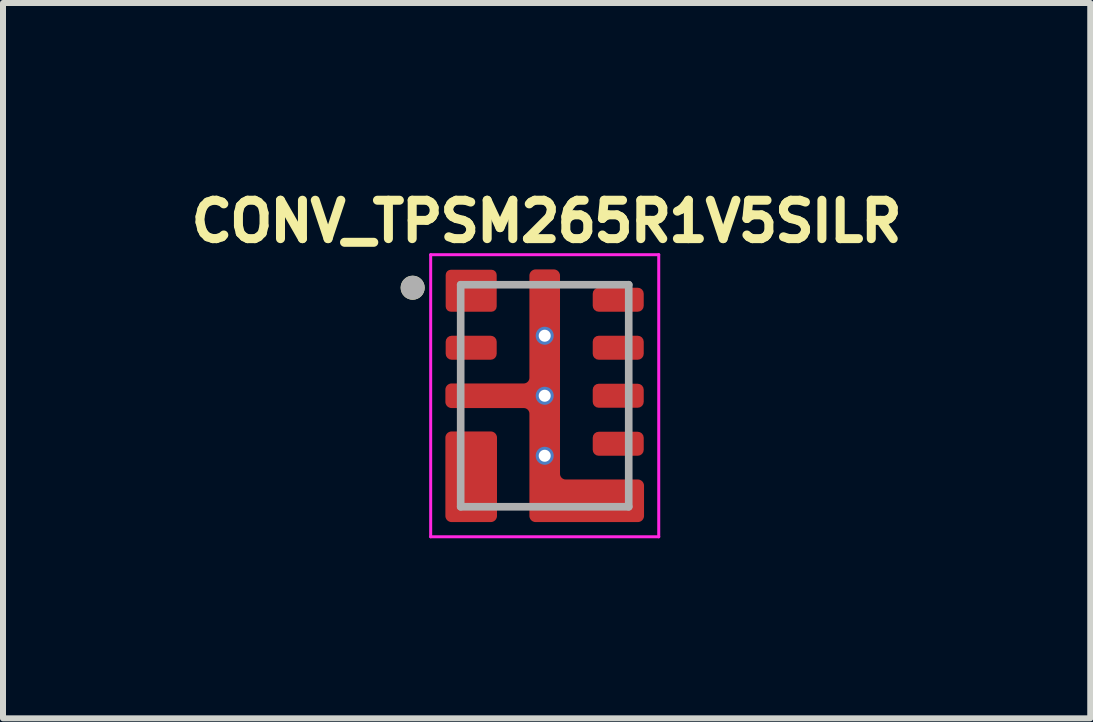
<source format=kicad_pcb>
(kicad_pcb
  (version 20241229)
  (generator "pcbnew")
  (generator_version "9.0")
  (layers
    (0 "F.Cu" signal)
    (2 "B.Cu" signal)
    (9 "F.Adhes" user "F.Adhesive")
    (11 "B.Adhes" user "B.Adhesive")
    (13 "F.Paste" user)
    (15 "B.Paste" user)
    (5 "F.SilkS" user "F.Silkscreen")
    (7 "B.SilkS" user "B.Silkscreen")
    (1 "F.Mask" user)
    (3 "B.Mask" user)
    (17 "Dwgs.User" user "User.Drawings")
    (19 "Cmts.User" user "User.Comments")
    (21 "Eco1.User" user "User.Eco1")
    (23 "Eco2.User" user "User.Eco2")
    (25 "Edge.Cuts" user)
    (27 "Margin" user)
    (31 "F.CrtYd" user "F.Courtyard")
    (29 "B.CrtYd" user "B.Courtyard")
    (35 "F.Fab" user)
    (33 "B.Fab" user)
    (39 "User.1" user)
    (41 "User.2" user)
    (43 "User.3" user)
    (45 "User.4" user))
  (footprint "CONV_TPSM265R1V5SILR"
    (layer "F.Cu")
    (at 6.026 3.544)
    (property "Reference" "CONV_TPSM265R1V5SILR" (at 0.032 -2.906 0) (layer "F.SilkS") (effects (font (size 0.64 0.64) (thickness 0.15))))
    (attr smd)
    (fp_poly (pts (xy -0.85 -1.5) (xy -0.85 -1.7) (xy -0.85 -1.703) (xy -0.85 -1.705) (xy -0.851 -1.708) (xy -0.851 -1.71) (xy -0.852 -1.713) (xy -0.852 -1.715) (xy -0.853 -1.718) (xy -0.854 -1.72) (xy -0.855 -1.723) (xy -0.857 -1.725) (xy -0.858 -1.727) (xy -0.86 -1.729) (xy -0.861 -1.731) (xy -0.863 -1.733) (xy -0.865 -1.735) (xy -0.867 -1.737) (xy -0.869 -1.739) (xy -0.871 -1.74) (xy -0.873 -1.742) (xy -0.875 -1.743) (xy -0.877 -1.745) (xy -0.88 -1.746) (xy -0.882 -1.747) (xy -0.885 -1.748) (xy -0.887 -1.748) (xy -0.89 -1.749) (xy -0.892 -1.749) (xy -0.895 -1.75) (xy -0.897 -1.75) (xy -0.9 -1.75) (xy -1.55 -1.75) (xy -1.553 -1.75) (xy -1.555 -1.75) (xy -1.558 -1.749) (xy -1.56 -1.749) (xy -1.563 -1.748) (xy -1.565 -1.748) (xy -1.568 -1.747) (xy -1.57 -1.746) (xy -1.573 -1.745) (xy -1.575 -1.743) (xy -1.577 -1.742) (xy -1.579 -1.74) (xy -1.581 -1.739) (xy -1.583 -1.737) (xy -1.585 -1.735) (xy -1.587 -1.733) (xy -1.589 -1.731) (xy -1.59 -1.729) (xy -1.592 -1.727) (xy -1.593 -1.725) (xy -1.595 -1.723) (xy -1.596 -1.72) (xy -1.597 -1.718) (xy -1.598 -1.715) (xy -1.598 -1.713) (xy -1.599 -1.71) (xy -1.599 -1.708) (xy -1.6 -1.705) (xy -1.6 -1.703) (xy -1.6 -1.7) (xy -1.6 -1.5) (xy -1.6 -1.497) (xy -1.6 -1.495) (xy -1.599 -1.492) (xy -1.599 -1.49) (xy -1.598 -1.487) (xy -1.598 -1.485) (xy -1.597 -1.482) (xy -1.596 -1.48) (xy -1.595 -1.477) (xy -1.593 -1.475) (xy -1.592 -1.473) (xy -1.59 -1.471) (xy -1.589 -1.469) (xy -1.587 -1.467) (xy -1.585 -1.465) (xy -1.583 -1.463) (xy -1.581 -1.461) (xy -1.579 -1.46) (xy -1.577 -1.458) (xy -1.575 -1.457) (xy -1.573 -1.455) (xy -1.57 -1.454) (xy -1.568 -1.453) (xy -1.565 -1.452) (xy -1.563 -1.452) (xy -1.56 -1.451) (xy -1.558 -1.451) (xy -1.555 -1.45) (xy -1.553 -1.45) (xy -1.55 -1.45) (xy -0.9 -1.45) (xy -0.897 -1.45) (xy -0.895 -1.45) (xy -0.892 -1.451) (xy -0.89 -1.451) (xy -0.887 -1.452) (xy -0.885 -1.452) (xy -0.882 -1.453) (xy -0.88 -1.454) (xy -0.877 -1.455) (xy -0.875 -1.457) (xy -0.873 -1.458) (xy -0.871 -1.46) (xy -0.869 -1.461) (xy -0.867 -1.463) (xy -0.865 -1.465) (xy -0.863 -1.467) (xy -0.861 -1.469) (xy -0.86 -1.471) (xy -0.858 -1.473) (xy -0.857 -1.475) (xy -0.855 -1.477) (xy -0.854 -1.48) (xy -0.853 -1.482) (xy -0.852 -1.485) (xy -0.852 -1.487) (xy -0.851 -1.49) (xy -0.851 -1.492) (xy -0.85 -1.495) (xy -0.85 -1.497) (xy -0.85 -1.5)) (stroke (width 0.01) (type solid)) (fill yes) (layer "F.Mask"))
    (fp_poly (pts (xy -0.85 -0.7) (xy -0.85 -0.9) (xy -0.85 -0.903) (xy -0.85 -0.905) (xy -0.851 -0.908) (xy -0.851 -0.91) (xy -0.852 -0.913) (xy -0.852 -0.915) (xy -0.853 -0.918) (xy -0.854 -0.92) (xy -0.855 -0.923) (xy -0.857 -0.925) (xy -0.858 -0.927) (xy -0.86 -0.929) (xy -0.861 -0.931) (xy -0.863 -0.933) (xy -0.865 -0.935) (xy -0.867 -0.937) (xy -0.869 -0.939) (xy -0.871 -0.94) (xy -0.873 -0.942) (xy -0.875 -0.943) (xy -0.877 -0.945) (xy -0.88 -0.946) (xy -0.882 -0.947) (xy -0.885 -0.948) (xy -0.887 -0.948) (xy -0.89 -0.949) (xy -0.892 -0.949) (xy -0.895 -0.95) (xy -0.897 -0.95) (xy -0.9 -0.95) (xy -1.55 -0.95) (xy -1.553 -0.95) (xy -1.555 -0.95) (xy -1.558 -0.949) (xy -1.56 -0.949) (xy -1.563 -0.948) (xy -1.565 -0.948) (xy -1.568 -0.947) (xy -1.57 -0.946) (xy -1.573 -0.945) (xy -1.575 -0.943) (xy -1.577 -0.942) (xy -1.579 -0.94) (xy -1.581 -0.939) (xy -1.583 -0.937) (xy -1.585 -0.935) (xy -1.587 -0.933) (xy -1.589 -0.931) (xy -1.59 -0.929) (xy -1.592 -0.927) (xy -1.593 -0.925) (xy -1.595 -0.923) (xy -1.596 -0.92) (xy -1.597 -0.918) (xy -1.598 -0.915) (xy -1.598 -0.913) (xy -1.599 -0.91) (xy -1.599 -0.908) (xy -1.6 -0.905) (xy -1.6 -0.903) (xy -1.6 -0.9) (xy -1.6 -0.7) (xy -1.6 -0.697) (xy -1.6 -0.695) (xy -1.599 -0.692) (xy -1.599 -0.69) (xy -1.598 -0.687) (xy -1.598 -0.685) (xy -1.597 -0.682) (xy -1.596 -0.68) (xy -1.595 -0.677) (xy -1.593 -0.675) (xy -1.592 -0.673) (xy -1.59 -0.671) (xy -1.589 -0.669) (xy -1.587 -0.667) (xy -1.585 -0.665) (xy -1.583 -0.663) (xy -1.581 -0.661) (xy -1.579 -0.66) (xy -1.577 -0.658) (xy -1.575 -0.657) (xy -1.573 -0.655) (xy -1.57 -0.654) (xy -1.568 -0.653) (xy -1.565 -0.652) (xy -1.563 -0.652) (xy -1.56 -0.651) (xy -1.558 -0.651) (xy -1.555 -0.65) (xy -1.553 -0.65) (xy -1.55 -0.65) (xy -0.9 -0.65) (xy -0.897 -0.65) (xy -0.895 -0.65) (xy -0.892 -0.651) (xy -0.89 -0.651) (xy -0.887 -0.652) (xy -0.885 -0.652) (xy -0.882 -0.653) (xy -0.88 -0.654) (xy -0.877 -0.655) (xy -0.875 -0.657) (xy -0.873 -0.658) (xy -0.871 -0.66) (xy -0.869 -0.661) (xy -0.867 -0.663) (xy -0.865 -0.665) (xy -0.863 -0.667) (xy -0.861 -0.669) (xy -0.86 -0.671) (xy -0.858 -0.673) (xy -0.857 -0.675) (xy -0.855 -0.677) (xy -0.854 -0.68) (xy -0.853 -0.682) (xy -0.852 -0.685) (xy -0.852 -0.687) (xy -0.851 -0.69) (xy -0.851 -0.692) (xy -0.85 -0.695) (xy -0.85 -0.697) (xy -0.85 -0.7)) (stroke (width 0.01) (type solid)) (fill yes) (layer "F.Mask"))
    (fp_poly (pts (xy -0.85 0.1) (xy -0.85 -0.1) (xy -0.85 -0.103) (xy -0.85 -0.105) (xy -0.851 -0.108) (xy -0.851 -0.11) (xy -0.852 -0.113) (xy -0.852 -0.115) (xy -0.853 -0.118) (xy -0.854 -0.12) (xy -0.855 -0.123) (xy -0.857 -0.125) (xy -0.858 -0.127) (xy -0.86 -0.129) (xy -0.861 -0.131) (xy -0.863 -0.133) (xy -0.865 -0.135) (xy -0.867 -0.137) (xy -0.869 -0.139) (xy -0.871 -0.14) (xy -0.873 -0.142) (xy -0.875 -0.143) (xy -0.877 -0.145) (xy -0.88 -0.146) (xy -0.882 -0.147) (xy -0.885 -0.148) (xy -0.887 -0.148) (xy -0.89 -0.149) (xy -0.892 -0.149) (xy -0.895 -0.15) (xy -0.897 -0.15) (xy -0.9 -0.15) (xy -1.55 -0.15) (xy -1.553 -0.15) (xy -1.555 -0.15) (xy -1.558 -0.149) (xy -1.56 -0.149) (xy -1.563 -0.148) (xy -1.565 -0.148) (xy -1.568 -0.147) (xy -1.57 -0.146) (xy -1.573 -0.145) (xy -1.575 -0.143) (xy -1.577 -0.142) (xy -1.579 -0.14) (xy -1.581 -0.139) (xy -1.583 -0.137) (xy -1.585 -0.135) (xy -1.587 -0.133) (xy -1.589 -0.131) (xy -1.59 -0.129) (xy -1.592 -0.127) (xy -1.593 -0.125) (xy -1.595 -0.123) (xy -1.596 -0.12) (xy -1.597 -0.118) (xy -1.598 -0.115) (xy -1.598 -0.113) (xy -1.599 -0.11) (xy -1.599 -0.108) (xy -1.6 -0.105) (xy -1.6 -0.103) (xy -1.6 -0.1) (xy -1.6 0.1) (xy -1.6 0.103) (xy -1.6 0.105) (xy -1.599 0.108) (xy -1.599 0.11) (xy -1.598 0.113) (xy -1.598 0.115) (xy -1.597 0.118) (xy -1.596 0.12) (xy -1.595 0.123) (xy -1.593 0.125) (xy -1.592 0.127) (xy -1.59 0.129) (xy -1.589 0.131) (xy -1.587 0.133) (xy -1.585 0.135) (xy -1.583 0.137) (xy -1.581 0.139) (xy -1.579 0.14) (xy -1.577 0.142) (xy -1.575 0.143) (xy -1.573 0.145) (xy -1.57 0.146) (xy -1.568 0.147) (xy -1.565 0.148) (xy -1.563 0.148) (xy -1.56 0.149) (xy -1.558 0.149) (xy -1.555 0.15) (xy -1.553 0.15) (xy -1.55 0.15) (xy -0.9 0.15) (xy -0.897 0.15) (xy -0.895 0.15) (xy -0.892 0.149) (xy -0.89 0.149) (xy -0.887 0.148) (xy -0.885 0.148) (xy -0.882 0.147) (xy -0.88 0.146) (xy -0.877 0.145) (xy -0.875 0.143) (xy -0.873 0.142) (xy -0.871 0.14) (xy -0.869 0.139) (xy -0.867 0.137) (xy -0.865 0.135) (xy -0.863 0.133) (xy -0.861 0.131) (xy -0.86 0.129) (xy -0.858 0.127) (xy -0.857 0.125) (xy -0.855 0.123) (xy -0.854 0.12) (xy -0.853 0.118) (xy -0.852 0.115) (xy -0.852 0.113) (xy -0.851 0.11) (xy -0.851 0.108) (xy -0.85 0.105) (xy -0.85 0.103) (xy -0.85 0.1)) (stroke (width 0.01) (type solid)) (fill yes) (layer "F.Mask"))
    (fp_poly (pts (xy -0.85 0.9) (xy -0.85 0.7) (xy -0.85 0.697) (xy -0.85 0.695) (xy -0.851 0.692) (xy -0.851 0.69) (xy -0.852 0.687) (xy -0.852 0.685) (xy -0.853 0.682) (xy -0.854 0.68) (xy -0.855 0.677) (xy -0.857 0.675) (xy -0.858 0.673) (xy -0.86 0.671) (xy -0.861 0.669) (xy -0.863 0.667) (xy -0.865 0.665) (xy -0.867 0.663) (xy -0.869 0.661) (xy -0.871 0.66) (xy -0.873 0.658) (xy -0.875 0.657) (xy -0.877 0.655) (xy -0.88 0.654) (xy -0.882 0.653) (xy -0.885 0.652) (xy -0.887 0.652) (xy -0.89 0.651) (xy -0.892 0.651) (xy -0.895 0.65) (xy -0.897 0.65) (xy -0.9 0.65) (xy -1.55 0.65) (xy -1.553 0.65) (xy -1.555 0.65) (xy -1.558 0.651) (xy -1.56 0.651) (xy -1.563 0.652) (xy -1.565 0.652) (xy -1.568 0.653) (xy -1.57 0.654) (xy -1.573 0.655) (xy -1.575 0.657) (xy -1.577 0.658) (xy -1.579 0.66) (xy -1.581 0.661) (xy -1.583 0.663) (xy -1.585 0.665) (xy -1.587 0.667) (xy -1.589 0.669) (xy -1.59 0.671) (xy -1.592 0.673) (xy -1.593 0.675) (xy -1.595 0.677) (xy -1.596 0.68) (xy -1.597 0.682) (xy -1.598 0.685) (xy -1.598 0.687) (xy -1.599 0.69) (xy -1.599 0.692) (xy -1.6 0.695) (xy -1.6 0.697) (xy -1.6 0.7) (xy -1.6 0.9) (xy -1.6 0.903) (xy -1.6 0.905) (xy -1.599 0.908) (xy -1.599 0.91) (xy -1.598 0.913) (xy -1.598 0.915) (xy -1.597 0.918) (xy -1.596 0.92) (xy -1.595 0.923) (xy -1.593 0.925) (xy -1.592 0.927) (xy -1.59 0.929) (xy -1.589 0.931) (xy -1.587 0.933) (xy -1.585 0.935) (xy -1.583 0.937) (xy -1.581 0.939) (xy -1.579 0.94) (xy -1.577 0.942) (xy -1.575 0.943) (xy -1.573 0.945) (xy -1.57 0.946) (xy -1.568 0.947) (xy -1.565 0.948) (xy -1.563 0.948) (xy -1.56 0.949) (xy -1.558 0.949) (xy -1.555 0.95) (xy -1.553 0.95) (xy -1.55 0.95) (xy -0.9 0.95) (xy -0.897 0.95) (xy -0.895 0.95) (xy -0.892 0.949) (xy -0.89 0.949) (xy -0.887 0.948) (xy -0.885 0.948) (xy -0.882 0.947) (xy -0.88 0.946) (xy -0.877 0.945) (xy -0.875 0.943) (xy -0.873 0.942) (xy -0.871 0.94) (xy -0.869 0.939) (xy -0.867 0.937) (xy -0.865 0.935) (xy -0.863 0.933) (xy -0.861 0.931) (xy -0.86 0.929) (xy -0.858 0.927) (xy -0.857 0.925) (xy -0.855 0.923) (xy -0.854 0.92) (xy -0.853 0.918) (xy -0.852 0.915) (xy -0.852 0.913) (xy -0.851 0.91) (xy -0.851 0.908) (xy -0.85 0.905) (xy -0.85 0.903) (xy -0.85 0.9)) (stroke (width 0.01) (type solid)) (fill yes) (layer "F.Mask"))
    (fp_poly (pts (xy -0.85 1.7) (xy -0.85 1.5) (xy -0.85 1.497) (xy -0.85 1.495) (xy -0.851 1.492) (xy -0.851 1.49) (xy -0.852 1.487) (xy -0.852 1.485) (xy -0.853 1.482) (xy -0.854 1.48) (xy -0.855 1.477) (xy -0.857 1.475) (xy -0.858 1.473) (xy -0.86 1.471) (xy -0.861 1.469) (xy -0.863 1.467) (xy -0.865 1.465) (xy -0.867 1.463) (xy -0.869 1.461) (xy -0.871 1.46) (xy -0.873 1.458) (xy -0.875 1.457) (xy -0.877 1.455) (xy -0.88 1.454) (xy -0.882 1.453) (xy -0.885 1.452) (xy -0.887 1.452) (xy -0.89 1.451) (xy -0.892 1.451) (xy -0.895 1.45) (xy -0.897 1.45) (xy -0.9 1.45) (xy -1.55 1.45) (xy -1.553 1.45) (xy -1.555 1.45) (xy -1.558 1.451) (xy -1.56 1.451) (xy -1.563 1.452) (xy -1.565 1.452) (xy -1.568 1.453) (xy -1.57 1.454) (xy -1.573 1.455) (xy -1.575 1.457) (xy -1.577 1.458) (xy -1.579 1.46) (xy -1.581 1.461) (xy -1.583 1.463) (xy -1.585 1.465) (xy -1.587 1.467) (xy -1.589 1.469) (xy -1.59 1.471) (xy -1.592 1.473) (xy -1.593 1.475) (xy -1.595 1.477) (xy -1.596 1.48) (xy -1.597 1.482) (xy -1.598 1.485) (xy -1.598 1.487) (xy -1.599 1.49) (xy -1.599 1.492) (xy -1.6 1.495) (xy -1.6 1.497) (xy -1.6 1.5) (xy -1.6 1.7) (xy -1.6 1.703) (xy -1.6 1.705) (xy -1.599 1.708) (xy -1.599 1.71) (xy -1.598 1.713) (xy -1.598 1.715) (xy -1.597 1.718) (xy -1.596 1.72) (xy -1.595 1.723) (xy -1.593 1.725) (xy -1.592 1.727) (xy -1.59 1.729) (xy -1.589 1.731) (xy -1.587 1.733) (xy -1.585 1.735) (xy -1.583 1.737) (xy -1.581 1.739) (xy -1.579 1.74) (xy -1.577 1.742) (xy -1.575 1.743) (xy -1.573 1.745) (xy -1.57 1.746) (xy -1.568 1.747) (xy -1.565 1.748) (xy -1.563 1.748) (xy -1.56 1.749) (xy -1.558 1.749) (xy -1.555 1.75) (xy -1.553 1.75) (xy -1.55 1.75) (xy -0.9 1.75) (xy -0.897 1.75) (xy -0.895 1.75) (xy -0.892 1.749) (xy -0.89 1.749) (xy -0.887 1.748) (xy -0.885 1.748) (xy -0.882 1.747) (xy -0.88 1.746) (xy -0.877 1.745) (xy -0.875 1.743) (xy -0.873 1.742) (xy -0.871 1.74) (xy -0.869 1.739) (xy -0.867 1.737) (xy -0.865 1.735) (xy -0.863 1.733) (xy -0.861 1.731) (xy -0.86 1.729) (xy -0.858 1.727) (xy -0.857 1.725) (xy -0.855 1.723) (xy -0.854 1.72) (xy -0.853 1.718) (xy -0.852 1.715) (xy -0.852 1.713) (xy -0.851 1.71) (xy -0.851 1.708) (xy -0.85 1.705) (xy -0.85 1.703) (xy -0.85 1.7)) (stroke (width 0.01) (type solid)) (fill yes) (layer "F.Mask"))
    (fp_poly (pts (xy 0.15 -2.05) (xy -0.15 -2.05) (xy -0.153 -2.05) (xy -0.155 -2.05) (xy -0.158 -2.049) (xy -0.16 -2.049) (xy -0.163 -2.048) (xy -0.165 -2.048) (xy -0.168 -2.047) (xy -0.17 -2.046) (xy -0.173 -2.045) (xy -0.175 -2.043) (xy -0.177 -2.042) (xy -0.179 -2.04) (xy -0.181 -2.039) (xy -0.183 -2.037) (xy -0.185 -2.035) (xy -0.187 -2.033) (xy -0.189 -2.031) (xy -0.19 -2.029) (xy -0.192 -2.027) (xy -0.193 -2.025) (xy -0.195 -2.023) (xy -0.196 -2.02) (xy -0.197 -2.018) (xy -0.198 -2.015) (xy -0.198 -2.013) (xy -0.199 -2.01) (xy -0.199 -2.008) (xy -0.2 -2.005) (xy -0.2 -2.003) (xy -0.2 -2) (xy -0.2 2) (xy -0.2 2.003) (xy -0.2 2.005) (xy -0.199 2.008) (xy -0.199 2.01) (xy -0.198 2.013) (xy -0.198 2.015) (xy -0.197 2.018) (xy -0.196 2.02) (xy -0.195 2.023) (xy -0.193 2.025) (xy -0.192 2.027) (xy -0.19 2.029) (xy -0.189 2.031) (xy -0.187 2.033) (xy -0.185 2.035) (xy -0.183 2.037) (xy -0.181 2.039) (xy -0.179 2.04) (xy -0.177 2.042) (xy -0.175 2.043) (xy -0.173 2.045) (xy -0.17 2.046) (xy -0.168 2.047) (xy -0.165 2.048) (xy -0.163 2.048) (xy -0.16 2.049) (xy -0.158 2.049) (xy -0.155 2.05) (xy -0.153 2.05) (xy -0.15 2.05) (xy 0.15 2.05) (xy 0.153 2.05) (xy 0.155 2.05) (xy 0.158 2.049) (xy 0.16 2.049) (xy 0.163 2.048) (xy 0.165 2.048) (xy 0.168 2.047) (xy 0.17 2.046) (xy 0.173 2.045) (xy 0.175 2.043) (xy 0.177 2.042) (xy 0.179 2.04) (xy 0.181 2.039) (xy 0.183 2.037) (xy 0.185 2.035) (xy 0.187 2.033) (xy 0.189 2.031) (xy 0.19 2.029) (xy 0.192 2.027) (xy 0.193 2.025) (xy 0.195 2.023) (xy 0.196 2.02) (xy 0.197 2.018) (xy 0.198 2.015) (xy 0.198 2.013) (xy 0.199 2.01) (xy 0.199 2.008) (xy 0.2 2.005) (xy 0.2 2.003) (xy 0.2 2) (xy 0.2 -2) (xy 0.2 -2.003) (xy 0.2 -2.005) (xy 0.199 -2.008) (xy 0.199 -2.01) (xy 0.198 -2.013) (xy 0.198 -2.015) (xy 0.197 -2.018) (xy 0.196 -2.02) (xy 0.195 -2.023) (xy 0.193 -2.025) (xy 0.192 -2.027) (xy 0.19 -2.029) (xy 0.189 -2.031) (xy 0.187 -2.033) (xy 0.185 -2.035) (xy 0.183 -2.037) (xy 0.181 -2.039) (xy 0.179 -2.04) (xy 0.177 -2.042) (xy 0.175 -2.043) (xy 0.173 -2.045) (xy 0.17 -2.046) (xy 0.168 -2.047) (xy 0.165 -2.048) (xy 0.163 -2.048) (xy 0.16 -2.049) (xy 0.158 -2.049) (xy 0.155 -2.05) (xy 0.153 -2.05) (xy 0.15 -2.05)) (stroke (width 0.01) (type solid)) (fill yes) (layer "F.Mask"))
    (fp_poly (pts (xy 0.85 -1.7) (xy 0.85 -1.5) (xy 0.85 -1.497) (xy 0.85 -1.495) (xy 0.851 -1.492) (xy 0.851 -1.49) (xy 0.852 -1.487) (xy 0.852 -1.485) (xy 0.853 -1.482) (xy 0.854 -1.48) (xy 0.855 -1.477) (xy 0.857 -1.475) (xy 0.858 -1.473) (xy 0.86 -1.471) (xy 0.861 -1.469) (xy 0.863 -1.467) (xy 0.865 -1.465) (xy 0.867 -1.463) (xy 0.869 -1.461) (xy 0.871 -1.46) (xy 0.873 -1.458) (xy 0.875 -1.457) (xy 0.877 -1.455) (xy 0.88 -1.454) (xy 0.882 -1.453) (xy 0.885 -1.452) (xy 0.887 -1.452) (xy 0.89 -1.451) (xy 0.892 -1.451) (xy 0.895 -1.45) (xy 0.897 -1.45) (xy 0.9 -1.45) (xy 1.55 -1.45) (xy 1.553 -1.45) (xy 1.555 -1.45) (xy 1.558 -1.451) (xy 1.56 -1.451) (xy 1.563 -1.452) (xy 1.565 -1.452) (xy 1.568 -1.453) (xy 1.57 -1.454) (xy 1.573 -1.455) (xy 1.575 -1.457) (xy 1.577 -1.458) (xy 1.579 -1.46) (xy 1.581 -1.461) (xy 1.583 -1.463) (xy 1.585 -1.465) (xy 1.587 -1.467) (xy 1.589 -1.469) (xy 1.59 -1.471) (xy 1.592 -1.473) (xy 1.593 -1.475) (xy 1.595 -1.477) (xy 1.596 -1.48) (xy 1.597 -1.482) (xy 1.598 -1.485) (xy 1.598 -1.487) (xy 1.599 -1.49) (xy 1.599 -1.492) (xy 1.6 -1.495) (xy 1.6 -1.497) (xy 1.6 -1.5) (xy 1.6 -1.7) (xy 1.6 -1.703) (xy 1.6 -1.705) (xy 1.599 -1.708) (xy 1.599 -1.71) (xy 1.598 -1.713) (xy 1.598 -1.715) (xy 1.597 -1.718) (xy 1.596 -1.72) (xy 1.595 -1.723) (xy 1.593 -1.725) (xy 1.592 -1.727) (xy 1.59 -1.729) (xy 1.589 -1.731) (xy 1.587 -1.733) (xy 1.585 -1.735) (xy 1.583 -1.737) (xy 1.581 -1.739) (xy 1.579 -1.74) (xy 1.577 -1.742) (xy 1.575 -1.743) (xy 1.573 -1.745) (xy 1.57 -1.746) (xy 1.568 -1.747) (xy 1.565 -1.748) (xy 1.563 -1.748) (xy 1.56 -1.749) (xy 1.558 -1.749) (xy 1.555 -1.75) (xy 1.553 -1.75) (xy 1.55 -1.75) (xy 0.9 -1.75) (xy 0.897 -1.75) (xy 0.895 -1.75) (xy 0.892 -1.749) (xy 0.89 -1.749) (xy 0.887 -1.748) (xy 0.885 -1.748) (xy 0.882 -1.747) (xy 0.88 -1.746) (xy 0.877 -1.745) (xy 0.875 -1.743) (xy 0.873 -1.742) (xy 0.871 -1.74) (xy 0.869 -1.739) (xy 0.867 -1.737) (xy 0.865 -1.735) (xy 0.863 -1.733) (xy 0.861 -1.731) (xy 0.86 -1.729) (xy 0.858 -1.727) (xy 0.857 -1.725) (xy 0.855 -1.723) (xy 0.854 -1.72) (xy 0.853 -1.718) (xy 0.852 -1.715) (xy 0.852 -1.713) (xy 0.851 -1.71) (xy 0.851 -1.708) (xy 0.85 -1.705) (xy 0.85 -1.703) (xy 0.85 -1.7)) (stroke (width 0.01) (type solid)) (fill yes) (layer "F.Mask"))
    (fp_poly (pts (xy 0.85 -0.9) (xy 0.85 -0.7) (xy 0.85 -0.697) (xy 0.85 -0.695) (xy 0.851 -0.692) (xy 0.851 -0.69) (xy 0.852 -0.687) (xy 0.852 -0.685) (xy 0.853 -0.682) (xy 0.854 -0.68) (xy 0.855 -0.677) (xy 0.857 -0.675) (xy 0.858 -0.673) (xy 0.86 -0.671) (xy 0.861 -0.669) (xy 0.863 -0.667) (xy 0.865 -0.665) (xy 0.867 -0.663) (xy 0.869 -0.661) (xy 0.871 -0.66) (xy 0.873 -0.658) (xy 0.875 -0.657) (xy 0.877 -0.655) (xy 0.88 -0.654) (xy 0.882 -0.653) (xy 0.885 -0.652) (xy 0.887 -0.652) (xy 0.89 -0.651) (xy 0.892 -0.651) (xy 0.895 -0.65) (xy 0.897 -0.65) (xy 0.9 -0.65) (xy 1.55 -0.65) (xy 1.553 -0.65) (xy 1.555 -0.65) (xy 1.558 -0.651) (xy 1.56 -0.651) (xy 1.563 -0.652) (xy 1.565 -0.652) (xy 1.568 -0.653) (xy 1.57 -0.654) (xy 1.573 -0.655) (xy 1.575 -0.657) (xy 1.577 -0.658) (xy 1.579 -0.66) (xy 1.581 -0.661) (xy 1.583 -0.663) (xy 1.585 -0.665) (xy 1.587 -0.667) (xy 1.589 -0.669) (xy 1.59 -0.671) (xy 1.592 -0.673) (xy 1.593 -0.675) (xy 1.595 -0.677) (xy 1.596 -0.68) (xy 1.597 -0.682) (xy 1.598 -0.685) (xy 1.598 -0.687) (xy 1.599 -0.69) (xy 1.599 -0.692) (xy 1.6 -0.695) (xy 1.6 -0.697) (xy 1.6 -0.7) (xy 1.6 -0.9) (xy 1.6 -0.903) (xy 1.6 -0.905) (xy 1.599 -0.908) (xy 1.599 -0.91) (xy 1.598 -0.913) (xy 1.598 -0.915) (xy 1.597 -0.918) (xy 1.596 -0.92) (xy 1.595 -0.923) (xy 1.593 -0.925) (xy 1.592 -0.927) (xy 1.59 -0.929) (xy 1.589 -0.931) (xy 1.587 -0.933) (xy 1.585 -0.935) (xy 1.583 -0.937) (xy 1.581 -0.939) (xy 1.579 -0.94) (xy 1.577 -0.942) (xy 1.575 -0.943) (xy 1.573 -0.945) (xy 1.57 -0.946) (xy 1.568 -0.947) (xy 1.565 -0.948) (xy 1.563 -0.948) (xy 1.56 -0.949) (xy 1.558 -0.949) (xy 1.555 -0.95) (xy 1.553 -0.95) (xy 1.55 -0.95) (xy 0.9 -0.95) (xy 0.897 -0.95) (xy 0.895 -0.95) (xy 0.892 -0.949) (xy 0.89 -0.949) (xy 0.887 -0.948) (xy 0.885 -0.948) (xy 0.882 -0.947) (xy 0.88 -0.946) (xy 0.877 -0.945) (xy 0.875 -0.943) (xy 0.873 -0.942) (xy 0.871 -0.94) (xy 0.869 -0.939) (xy 0.867 -0.937) (xy 0.865 -0.935) (xy 0.863 -0.933) (xy 0.861 -0.931) (xy 0.86 -0.929) (xy 0.858 -0.927) (xy 0.857 -0.925) (xy 0.855 -0.923) (xy 0.854 -0.92) (xy 0.853 -0.918) (xy 0.852 -0.915) (xy 0.852 -0.913) (xy 0.851 -0.91) (xy 0.851 -0.908) (xy 0.85 -0.905) (xy 0.85 -0.903) (xy 0.85 -0.9)) (stroke (width 0.01) (type solid)) (fill yes) (layer "F.Mask"))
    (fp_poly (pts (xy 0.85 -0.1) (xy 0.85 0.1) (xy 0.85 0.103) (xy 0.85 0.105) (xy 0.851 0.108) (xy 0.851 0.11) (xy 0.852 0.113) (xy 0.852 0.115) (xy 0.853 0.118) (xy 0.854 0.12) (xy 0.855 0.123) (xy 0.857 0.125) (xy 0.858 0.127) (xy 0.86 0.129) (xy 0.861 0.131) (xy 0.863 0.133) (xy 0.865 0.135) (xy 0.867 0.137) (xy 0.869 0.139) (xy 0.871 0.14) (xy 0.873 0.142) (xy 0.875 0.143) (xy 0.877 0.145) (xy 0.88 0.146) (xy 0.882 0.147) (xy 0.885 0.148) (xy 0.887 0.148) (xy 0.89 0.149) (xy 0.892 0.149) (xy 0.895 0.15) (xy 0.897 0.15) (xy 0.9 0.15) (xy 1.55 0.15) (xy 1.553 0.15) (xy 1.555 0.15) (xy 1.558 0.149) (xy 1.56 0.149) (xy 1.563 0.148) (xy 1.565 0.148) (xy 1.568 0.147) (xy 1.57 0.146) (xy 1.573 0.145) (xy 1.575 0.143) (xy 1.577 0.142) (xy 1.579 0.14) (xy 1.581 0.139) (xy 1.583 0.137) (xy 1.585 0.135) (xy 1.587 0.133) (xy 1.589 0.131) (xy 1.59 0.129) (xy 1.592 0.127) (xy 1.593 0.125) (xy 1.595 0.123) (xy 1.596 0.12) (xy 1.597 0.118) (xy 1.598 0.115) (xy 1.598 0.113) (xy 1.599 0.11) (xy 1.599 0.108) (xy 1.6 0.105) (xy 1.6 0.103) (xy 1.6 0.1) (xy 1.6 -0.1) (xy 1.6 -0.103) (xy 1.6 -0.105) (xy 1.599 -0.108) (xy 1.599 -0.11) (xy 1.598 -0.113) (xy 1.598 -0.115) (xy 1.597 -0.118) (xy 1.596 -0.12) (xy 1.595 -0.123) (xy 1.593 -0.125) (xy 1.592 -0.127) (xy 1.59 -0.129) (xy 1.589 -0.131) (xy 1.587 -0.133) (xy 1.585 -0.135) (xy 1.583 -0.137) (xy 1.581 -0.139) (xy 1.579 -0.14) (xy 1.577 -0.142) (xy 1.575 -0.143) (xy 1.573 -0.145) (xy 1.57 -0.146) (xy 1.568 -0.147) (xy 1.565 -0.148) (xy 1.563 -0.148) (xy 1.56 -0.149) (xy 1.558 -0.149) (xy 1.555 -0.15) (xy 1.553 -0.15) (xy 1.55 -0.15) (xy 0.9 -0.15) (xy 0.897 -0.15) (xy 0.895 -0.15) (xy 0.892 -0.149) (xy 0.89 -0.149) (xy 0.887 -0.148) (xy 0.885 -0.148) (xy 0.882 -0.147) (xy 0.88 -0.146) (xy 0.877 -0.145) (xy 0.875 -0.143) (xy 0.873 -0.142) (xy 0.871 -0.14) (xy 0.869 -0.139) (xy 0.867 -0.137) (xy 0.865 -0.135) (xy 0.863 -0.133) (xy 0.861 -0.131) (xy 0.86 -0.129) (xy 0.858 -0.127) (xy 0.857 -0.125) (xy 0.855 -0.123) (xy 0.854 -0.12) (xy 0.853 -0.118) (xy 0.852 -0.115) (xy 0.852 -0.113) (xy 0.851 -0.11) (xy 0.851 -0.108) (xy 0.85 -0.105) (xy 0.85 -0.103) (xy 0.85 -0.1)) (stroke (width 0.01) (type solid)) (fill yes) (layer "F.Mask"))
    (fp_poly (pts (xy 0.85 0.7) (xy 0.85 0.9) (xy 0.85 0.903) (xy 0.85 0.905) (xy 0.851 0.908) (xy 0.851 0.91) (xy 0.852 0.913) (xy 0.852 0.915) (xy 0.853 0.918) (xy 0.854 0.92) (xy 0.855 0.923) (xy 0.857 0.925) (xy 0.858 0.927) (xy 0.86 0.929) (xy 0.861 0.931) (xy 0.863 0.933) (xy 0.865 0.935) (xy 0.867 0.937) (xy 0.869 0.939) (xy 0.871 0.94) (xy 0.873 0.942) (xy 0.875 0.943) (xy 0.877 0.945) (xy 0.88 0.946) (xy 0.882 0.947) (xy 0.885 0.948) (xy 0.887 0.948) (xy 0.89 0.949) (xy 0.892 0.949) (xy 0.895 0.95) (xy 0.897 0.95) (xy 0.9 0.95) (xy 1.55 0.95) (xy 1.553 0.95) (xy 1.555 0.95) (xy 1.558 0.949) (xy 1.56 0.949) (xy 1.563 0.948) (xy 1.565 0.948) (xy 1.568 0.947) (xy 1.57 0.946) (xy 1.573 0.945) (xy 1.575 0.943) (xy 1.577 0.942) (xy 1.579 0.94) (xy 1.581 0.939) (xy 1.583 0.937) (xy 1.585 0.935) (xy 1.587 0.933) (xy 1.589 0.931) (xy 1.59 0.929) (xy 1.592 0.927) (xy 1.593 0.925) (xy 1.595 0.923) (xy 1.596 0.92) (xy 1.597 0.918) (xy 1.598 0.915) (xy 1.598 0.913) (xy 1.599 0.91) (xy 1.599 0.908) (xy 1.6 0.905) (xy 1.6 0.903) (xy 1.6 0.9) (xy 1.6 0.7) (xy 1.6 0.697) (xy 1.6 0.695) (xy 1.599 0.692) (xy 1.599 0.69) (xy 1.598 0.687) (xy 1.598 0.685) (xy 1.597 0.682) (xy 1.596 0.68) (xy 1.595 0.677) (xy 1.593 0.675) (xy 1.592 0.673) (xy 1.59 0.671) (xy 1.589 0.669) (xy 1.587 0.667) (xy 1.585 0.665) (xy 1.583 0.663) (xy 1.581 0.661) (xy 1.579 0.66) (xy 1.577 0.658) (xy 1.575 0.657) (xy 1.573 0.655) (xy 1.57 0.654) (xy 1.568 0.653) (xy 1.565 0.652) (xy 1.563 0.652) (xy 1.56 0.651) (xy 1.558 0.651) (xy 1.555 0.65) (xy 1.553 0.65) (xy 1.55 0.65) (xy 0.9 0.65) (xy 0.897 0.65) (xy 0.895 0.65) (xy 0.892 0.651) (xy 0.89 0.651) (xy 0.887 0.652) (xy 0.885 0.652) (xy 0.882 0.653) (xy 0.88 0.654) (xy 0.877 0.655) (xy 0.875 0.657) (xy 0.873 0.658) (xy 0.871 0.66) (xy 0.869 0.661) (xy 0.867 0.663) (xy 0.865 0.665) (xy 0.863 0.667) (xy 0.861 0.669) (xy 0.86 0.671) (xy 0.858 0.673) (xy 0.857 0.675) (xy 0.855 0.677) (xy 0.854 0.68) (xy 0.853 0.682) (xy 0.852 0.685) (xy 0.852 0.687) (xy 0.851 0.69) (xy 0.851 0.692) (xy 0.85 0.695) (xy 0.85 0.697) (xy 0.85 0.7)) (stroke (width 0.01) (type solid)) (fill yes) (layer "F.Mask"))
    (fp_poly (pts (xy 0.85 1.5) (xy 0.85 1.7) (xy 0.85 1.703) (xy 0.85 1.705) (xy 0.851 1.708) (xy 0.851 1.71) (xy 0.852 1.713) (xy 0.852 1.715) (xy 0.853 1.718) (xy 0.854 1.72) (xy 0.855 1.723) (xy 0.857 1.725) (xy 0.858 1.727) (xy 0.86 1.729) (xy 0.861 1.731) (xy 0.863 1.733) (xy 0.865 1.735) (xy 0.867 1.737) (xy 0.869 1.739) (xy 0.871 1.74) (xy 0.873 1.742) (xy 0.875 1.743) (xy 0.877 1.745) (xy 0.88 1.746) (xy 0.882 1.747) (xy 0.885 1.748) (xy 0.887 1.748) (xy 0.89 1.749) (xy 0.892 1.749) (xy 0.895 1.75) (xy 0.897 1.75) (xy 0.9 1.75) (xy 1.55 1.75) (xy 1.553 1.75) (xy 1.555 1.75) (xy 1.558 1.749) (xy 1.56 1.749) (xy 1.563 1.748) (xy 1.565 1.748) (xy 1.568 1.747) (xy 1.57 1.746) (xy 1.573 1.745) (xy 1.575 1.743) (xy 1.577 1.742) (xy 1.579 1.74) (xy 1.581 1.739) (xy 1.583 1.737) (xy 1.585 1.735) (xy 1.587 1.733) (xy 1.589 1.731) (xy 1.59 1.729) (xy 1.592 1.727) (xy 1.593 1.725) (xy 1.595 1.723) (xy 1.596 1.72) (xy 1.597 1.718) (xy 1.598 1.715) (xy 1.598 1.713) (xy 1.599 1.71) (xy 1.599 1.708) (xy 1.6 1.705) (xy 1.6 1.703) (xy 1.6 1.7) (xy 1.6 1.5) (xy 1.6 1.497) (xy 1.6 1.495) (xy 1.599 1.492) (xy 1.599 1.49) (xy 1.598 1.487) (xy 1.598 1.485) (xy 1.597 1.482) (xy 1.596 1.48) (xy 1.595 1.477) (xy 1.593 1.475) (xy 1.592 1.473) (xy 1.59 1.471) (xy 1.589 1.469) (xy 1.587 1.467) (xy 1.585 1.465) (xy 1.583 1.463) (xy 1.581 1.461) (xy 1.579 1.46) (xy 1.577 1.458) (xy 1.575 1.457) (xy 1.573 1.455) (xy 1.57 1.454) (xy 1.568 1.453) (xy 1.565 1.452) (xy 1.563 1.452) (xy 1.56 1.451) (xy 1.558 1.451) (xy 1.555 1.45) (xy 1.553 1.45) (xy 1.55 1.45) (xy 0.9 1.45) (xy 0.897 1.45) (xy 0.895 1.45) (xy 0.892 1.451) (xy 0.89 1.451) (xy 0.887 1.452) (xy 0.885 1.452) (xy 0.882 1.453) (xy 0.88 1.454) (xy 0.877 1.455) (xy 0.875 1.457) (xy 0.873 1.458) (xy 0.871 1.46) (xy 0.869 1.461) (xy 0.867 1.463) (xy 0.865 1.465) (xy 0.863 1.467) (xy 0.861 1.469) (xy 0.86 1.471) (xy 0.858 1.473) (xy 0.857 1.475) (xy 0.855 1.477) (xy 0.854 1.48) (xy 0.853 1.482) (xy 0.852 1.485) (xy 0.852 1.487) (xy 0.851 1.49) (xy 0.851 1.492) (xy 0.85 1.495) (xy 0.85 1.497) (xy 0.85 1.5)) (stroke (width 0.01) (type solid)) (fill yes) (layer "F.Mask"))
    (fp_circle (center -2.2 -1.8) (end -2.1 -1.8) (stroke (width 0.2) (type solid)) (fill no) (layer "F.SilkS"))
    (fp_poly (pts (xy -0.85 -1.5) (xy -0.85 -1.7) (xy -0.85 -1.703) (xy -0.85 -1.705) (xy -0.851 -1.708) (xy -0.851 -1.71) (xy -0.852 -1.713) (xy -0.852 -1.715) (xy -0.853 -1.718) (xy -0.854 -1.72) (xy -0.855 -1.723) (xy -0.857 -1.725) (xy -0.858 -1.727) (xy -0.86 -1.729) (xy -0.861 -1.731) (xy -0.863 -1.733) (xy -0.865 -1.735) (xy -0.867 -1.737) (xy -0.869 -1.739) (xy -0.871 -1.74) (xy -0.873 -1.742) (xy -0.875 -1.743) (xy -0.877 -1.745) (xy -0.88 -1.746) (xy -0.882 -1.747) (xy -0.885 -1.748) (xy -0.887 -1.748) (xy -0.89 -1.749) (xy -0.892 -1.749) (xy -0.895 -1.75) (xy -0.897 -1.75) (xy -0.9 -1.75) (xy -1.55 -1.75) (xy -1.553 -1.75) (xy -1.555 -1.75) (xy -1.558 -1.749) (xy -1.56 -1.749) (xy -1.563 -1.748) (xy -1.565 -1.748) (xy -1.568 -1.747) (xy -1.57 -1.746) (xy -1.573 -1.745) (xy -1.575 -1.743) (xy -1.577 -1.742) (xy -1.579 -1.74) (xy -1.581 -1.739) (xy -1.583 -1.737) (xy -1.585 -1.735) (xy -1.587 -1.733) (xy -1.589 -1.731) (xy -1.59 -1.729) (xy -1.592 -1.727) (xy -1.593 -1.725) (xy -1.595 -1.723) (xy -1.596 -1.72) (xy -1.597 -1.718) (xy -1.598 -1.715) (xy -1.598 -1.713) (xy -1.599 -1.71) (xy -1.599 -1.708) (xy -1.6 -1.705) (xy -1.6 -1.703) (xy -1.6 -1.7) (xy -1.6 -1.5) (xy -1.6 -1.497) (xy -1.6 -1.495) (xy -1.599 -1.492) (xy -1.599 -1.49) (xy -1.598 -1.487) (xy -1.598 -1.485) (xy -1.597 -1.482) (xy -1.596 -1.48) (xy -1.595 -1.477) (xy -1.593 -1.475) (xy -1.592 -1.473) (xy -1.59 -1.471) (xy -1.589 -1.469) (xy -1.587 -1.467) (xy -1.585 -1.465) (xy -1.583 -1.463) (xy -1.581 -1.461) (xy -1.579 -1.46) (xy -1.577 -1.458) (xy -1.575 -1.457) (xy -1.573 -1.455) (xy -1.57 -1.454) (xy -1.568 -1.453) (xy -1.565 -1.452) (xy -1.563 -1.452) (xy -1.56 -1.451) (xy -1.558 -1.451) (xy -1.555 -1.45) (xy -1.553 -1.45) (xy -1.55 -1.45) (xy -0.9 -1.45) (xy -0.897 -1.45) (xy -0.895 -1.45) (xy -0.892 -1.451) (xy -0.89 -1.451) (xy -0.887 -1.452) (xy -0.885 -1.452) (xy -0.882 -1.453) (xy -0.88 -1.454) (xy -0.877 -1.455) (xy -0.875 -1.457) (xy -0.873 -1.458) (xy -0.871 -1.46) (xy -0.869 -1.461) (xy -0.867 -1.463) (xy -0.865 -1.465) (xy -0.863 -1.467) (xy -0.861 -1.469) (xy -0.86 -1.471) (xy -0.858 -1.473) (xy -0.857 -1.475) (xy -0.855 -1.477) (xy -0.854 -1.48) (xy -0.853 -1.482) (xy -0.852 -1.485) (xy -0.852 -1.487) (xy -0.851 -1.49) (xy -0.851 -1.492) (xy -0.85 -1.495) (xy -0.85 -1.497) (xy -0.85 -1.5)) (stroke (width 0.01) (type solid)) (fill yes) (layer "F.Paste"))
    (fp_poly (pts (xy -0.85 -0.7) (xy -0.85 -0.9) (xy -0.85 -0.903) (xy -0.85 -0.905) (xy -0.851 -0.908) (xy -0.851 -0.91) (xy -0.852 -0.913) (xy -0.852 -0.915) (xy -0.853 -0.918) (xy -0.854 -0.92) (xy -0.855 -0.923) (xy -0.857 -0.925) (xy -0.858 -0.927) (xy -0.86 -0.929) (xy -0.861 -0.931) (xy -0.863 -0.933) (xy -0.865 -0.935) (xy -0.867 -0.937) (xy -0.869 -0.939) (xy -0.871 -0.94) (xy -0.873 -0.942) (xy -0.875 -0.943) (xy -0.877 -0.945) (xy -0.88 -0.946) (xy -0.882 -0.947) (xy -0.885 -0.948) (xy -0.887 -0.948) (xy -0.89 -0.949) (xy -0.892 -0.949) (xy -0.895 -0.95) (xy -0.897 -0.95) (xy -0.9 -0.95) (xy -1.55 -0.95) (xy -1.553 -0.95) (xy -1.555 -0.95) (xy -1.558 -0.949) (xy -1.56 -0.949) (xy -1.563 -0.948) (xy -1.565 -0.948) (xy -1.568 -0.947) (xy -1.57 -0.946) (xy -1.573 -0.945) (xy -1.575 -0.943) (xy -1.577 -0.942) (xy -1.579 -0.94) (xy -1.581 -0.939) (xy -1.583 -0.937) (xy -1.585 -0.935) (xy -1.587 -0.933) (xy -1.589 -0.931) (xy -1.59 -0.929) (xy -1.592 -0.927) (xy -1.593 -0.925) (xy -1.595 -0.923) (xy -1.596 -0.92) (xy -1.597 -0.918) (xy -1.598 -0.915) (xy -1.598 -0.913) (xy -1.599 -0.91) (xy -1.599 -0.908) (xy -1.6 -0.905) (xy -1.6 -0.903) (xy -1.6 -0.9) (xy -1.6 -0.7) (xy -1.6 -0.697) (xy -1.6 -0.695) (xy -1.599 -0.692) (xy -1.599 -0.69) (xy -1.598 -0.687) (xy -1.598 -0.685) (xy -1.597 -0.682) (xy -1.596 -0.68) (xy -1.595 -0.677) (xy -1.593 -0.675) (xy -1.592 -0.673) (xy -1.59 -0.671) (xy -1.589 -0.669) (xy -1.587 -0.667) (xy -1.585 -0.665) (xy -1.583 -0.663) (xy -1.581 -0.661) (xy -1.579 -0.66) (xy -1.577 -0.658) (xy -1.575 -0.657) (xy -1.573 -0.655) (xy -1.57 -0.654) (xy -1.568 -0.653) (xy -1.565 -0.652) (xy -1.563 -0.652) (xy -1.56 -0.651) (xy -1.558 -0.651) (xy -1.555 -0.65) (xy -1.553 -0.65) (xy -1.55 -0.65) (xy -0.9 -0.65) (xy -0.897 -0.65) (xy -0.895 -0.65) (xy -0.892 -0.651) (xy -0.89 -0.651) (xy -0.887 -0.652) (xy -0.885 -0.652) (xy -0.882 -0.653) (xy -0.88 -0.654) (xy -0.877 -0.655) (xy -0.875 -0.657) (xy -0.873 -0.658) (xy -0.871 -0.66) (xy -0.869 -0.661) (xy -0.867 -0.663) (xy -0.865 -0.665) (xy -0.863 -0.667) (xy -0.861 -0.669) (xy -0.86 -0.671) (xy -0.858 -0.673) (xy -0.857 -0.675) (xy -0.855 -0.677) (xy -0.854 -0.68) (xy -0.853 -0.682) (xy -0.852 -0.685) (xy -0.852 -0.687) (xy -0.851 -0.69) (xy -0.851 -0.692) (xy -0.85 -0.695) (xy -0.85 -0.697) (xy -0.85 -0.7)) (stroke (width 0.01) (type solid)) (fill yes) (layer "F.Paste"))
    (fp_poly (pts (xy -0.85 0.1) (xy -0.85 -0.1) (xy -0.85 -0.103) (xy -0.85 -0.105) (xy -0.851 -0.108) (xy -0.851 -0.11) (xy -0.852 -0.113) (xy -0.852 -0.115) (xy -0.853 -0.118) (xy -0.854 -0.12) (xy -0.855 -0.123) (xy -0.857 -0.125) (xy -0.858 -0.127) (xy -0.86 -0.129) (xy -0.861 -0.131) (xy -0.863 -0.133) (xy -0.865 -0.135) (xy -0.867 -0.137) (xy -0.869 -0.139) (xy -0.871 -0.14) (xy -0.873 -0.142) (xy -0.875 -0.143) (xy -0.877 -0.145) (xy -0.88 -0.146) (xy -0.882 -0.147) (xy -0.885 -0.148) (xy -0.887 -0.148) (xy -0.89 -0.149) (xy -0.892 -0.149) (xy -0.895 -0.15) (xy -0.897 -0.15) (xy -0.9 -0.15) (xy -1.55 -0.15) (xy -1.553 -0.15) (xy -1.555 -0.15) (xy -1.558 -0.149) (xy -1.56 -0.149) (xy -1.563 -0.148) (xy -1.565 -0.148) (xy -1.568 -0.147) (xy -1.57 -0.146) (xy -1.573 -0.145) (xy -1.575 -0.143) (xy -1.577 -0.142) (xy -1.579 -0.14) (xy -1.581 -0.139) (xy -1.583 -0.137) (xy -1.585 -0.135) (xy -1.587 -0.133) (xy -1.589 -0.131) (xy -1.59 -0.129) (xy -1.592 -0.127) (xy -1.593 -0.125) (xy -1.595 -0.123) (xy -1.596 -0.12) (xy -1.597 -0.118) (xy -1.598 -0.115) (xy -1.598 -0.113) (xy -1.599 -0.11) (xy -1.599 -0.108) (xy -1.6 -0.105) (xy -1.6 -0.103) (xy -1.6 -0.1) (xy -1.6 0.1) (xy -1.6 0.103) (xy -1.6 0.105) (xy -1.599 0.108) (xy -1.599 0.11) (xy -1.598 0.113) (xy -1.598 0.115) (xy -1.597 0.118) (xy -1.596 0.12) (xy -1.595 0.123) (xy -1.593 0.125) (xy -1.592 0.127) (xy -1.59 0.129) (xy -1.589 0.131) (xy -1.587 0.133) (xy -1.585 0.135) (xy -1.583 0.137) (xy -1.581 0.139) (xy -1.579 0.14) (xy -1.577 0.142) (xy -1.575 0.143) (xy -1.573 0.145) (xy -1.57 0.146) (xy -1.568 0.147) (xy -1.565 0.148) (xy -1.563 0.148) (xy -1.56 0.149) (xy -1.558 0.149) (xy -1.555 0.15) (xy -1.553 0.15) (xy -1.55 0.15) (xy -0.9 0.15) (xy -0.897 0.15) (xy -0.895 0.15) (xy -0.892 0.149) (xy -0.89 0.149) (xy -0.887 0.148) (xy -0.885 0.148) (xy -0.882 0.147) (xy -0.88 0.146) (xy -0.877 0.145) (xy -0.875 0.143) (xy -0.873 0.142) (xy -0.871 0.14) (xy -0.869 0.139) (xy -0.867 0.137) (xy -0.865 0.135) (xy -0.863 0.133) (xy -0.861 0.131) (xy -0.86 0.129) (xy -0.858 0.127) (xy -0.857 0.125) (xy -0.855 0.123) (xy -0.854 0.12) (xy -0.853 0.118) (xy -0.852 0.115) (xy -0.852 0.113) (xy -0.851 0.11) (xy -0.851 0.108) (xy -0.85 0.105) (xy -0.85 0.103) (xy -0.85 0.1)) (stroke (width 0.01) (type solid)) (fill yes) (layer "F.Paste"))
    (fp_poly (pts (xy -0.85 0.9) (xy -0.85 0.7) (xy -0.85 0.697) (xy -0.85 0.695) (xy -0.851 0.692) (xy -0.851 0.69) (xy -0.852 0.687) (xy -0.852 0.685) (xy -0.853 0.682) (xy -0.854 0.68) (xy -0.855 0.677) (xy -0.857 0.675) (xy -0.858 0.673) (xy -0.86 0.671) (xy -0.861 0.669) (xy -0.863 0.667) (xy -0.865 0.665) (xy -0.867 0.663) (xy -0.869 0.661) (xy -0.871 0.66) (xy -0.873 0.658) (xy -0.875 0.657) (xy -0.877 0.655) (xy -0.88 0.654) (xy -0.882 0.653) (xy -0.885 0.652) (xy -0.887 0.652) (xy -0.89 0.651) (xy -0.892 0.651) (xy -0.895 0.65) (xy -0.897 0.65) (xy -0.9 0.65) (xy -1.55 0.65) (xy -1.553 0.65) (xy -1.555 0.65) (xy -1.558 0.651) (xy -1.56 0.651) (xy -1.563 0.652) (xy -1.565 0.652) (xy -1.568 0.653) (xy -1.57 0.654) (xy -1.573 0.655) (xy -1.575 0.657) (xy -1.577 0.658) (xy -1.579 0.66) (xy -1.581 0.661) (xy -1.583 0.663) (xy -1.585 0.665) (xy -1.587 0.667) (xy -1.589 0.669) (xy -1.59 0.671) (xy -1.592 0.673) (xy -1.593 0.675) (xy -1.595 0.677) (xy -1.596 0.68) (xy -1.597 0.682) (xy -1.598 0.685) (xy -1.598 0.687) (xy -1.599 0.69) (xy -1.599 0.692) (xy -1.6 0.695) (xy -1.6 0.697) (xy -1.6 0.7) (xy -1.6 0.9) (xy -1.6 0.903) (xy -1.6 0.905) (xy -1.599 0.908) (xy -1.599 0.91) (xy -1.598 0.913) (xy -1.598 0.915) (xy -1.597 0.918) (xy -1.596 0.92) (xy -1.595 0.923) (xy -1.593 0.925) (xy -1.592 0.927) (xy -1.59 0.929) (xy -1.589 0.931) (xy -1.587 0.933) (xy -1.585 0.935) (xy -1.583 0.937) (xy -1.581 0.939) (xy -1.579 0.94) (xy -1.577 0.942) (xy -1.575 0.943) (xy -1.573 0.945) (xy -1.57 0.946) (xy -1.568 0.947) (xy -1.565 0.948) (xy -1.563 0.948) (xy -1.56 0.949) (xy -1.558 0.949) (xy -1.555 0.95) (xy -1.553 0.95) (xy -1.55 0.95) (xy -0.9 0.95) (xy -0.897 0.95) (xy -0.895 0.95) (xy -0.892 0.949) (xy -0.89 0.949) (xy -0.887 0.948) (xy -0.885 0.948) (xy -0.882 0.947) (xy -0.88 0.946) (xy -0.877 0.945) (xy -0.875 0.943) (xy -0.873 0.942) (xy -0.871 0.94) (xy -0.869 0.939) (xy -0.867 0.937) (xy -0.865 0.935) (xy -0.863 0.933) (xy -0.861 0.931) (xy -0.86 0.929) (xy -0.858 0.927) (xy -0.857 0.925) (xy -0.855 0.923) (xy -0.854 0.92) (xy -0.853 0.918) (xy -0.852 0.915) (xy -0.852 0.913) (xy -0.851 0.91) (xy -0.851 0.908) (xy -0.85 0.905) (xy -0.85 0.903) (xy -0.85 0.9)) (stroke (width 0.01) (type solid)) (fill yes) (layer "F.Paste"))
    (fp_poly (pts (xy -0.85 1.7) (xy -0.85 1.5) (xy -0.85 1.497) (xy -0.85 1.495) (xy -0.851 1.492) (xy -0.851 1.49) (xy -0.852 1.487) (xy -0.852 1.485) (xy -0.853 1.482) (xy -0.854 1.48) (xy -0.855 1.477) (xy -0.857 1.475) (xy -0.858 1.473) (xy -0.86 1.471) (xy -0.861 1.469) (xy -0.863 1.467) (xy -0.865 1.465) (xy -0.867 1.463) (xy -0.869 1.461) (xy -0.871 1.46) (xy -0.873 1.458) (xy -0.875 1.457) (xy -0.877 1.455) (xy -0.88 1.454) (xy -0.882 1.453) (xy -0.885 1.452) (xy -0.887 1.452) (xy -0.89 1.451) (xy -0.892 1.451) (xy -0.895 1.45) (xy -0.897 1.45) (xy -0.9 1.45) (xy -1.55 1.45) (xy -1.553 1.45) (xy -1.555 1.45) (xy -1.558 1.451) (xy -1.56 1.451) (xy -1.563 1.452) (xy -1.565 1.452) (xy -1.568 1.453) (xy -1.57 1.454) (xy -1.573 1.455) (xy -1.575 1.457) (xy -1.577 1.458) (xy -1.579 1.46) (xy -1.581 1.461) (xy -1.583 1.463) (xy -1.585 1.465) (xy -1.587 1.467) (xy -1.589 1.469) (xy -1.59 1.471) (xy -1.592 1.473) (xy -1.593 1.475) (xy -1.595 1.477) (xy -1.596 1.48) (xy -1.597 1.482) (xy -1.598 1.485) (xy -1.598 1.487) (xy -1.599 1.49) (xy -1.599 1.492) (xy -1.6 1.495) (xy -1.6 1.497) (xy -1.6 1.5) (xy -1.6 1.7) (xy -1.6 1.703) (xy -1.6 1.705) (xy -1.599 1.708) (xy -1.599 1.71) (xy -1.598 1.713) (xy -1.598 1.715) (xy -1.597 1.718) (xy -1.596 1.72) (xy -1.595 1.723) (xy -1.593 1.725) (xy -1.592 1.727) (xy -1.59 1.729) (xy -1.589 1.731) (xy -1.587 1.733) (xy -1.585 1.735) (xy -1.583 1.737) (xy -1.581 1.739) (xy -1.579 1.74) (xy -1.577 1.742) (xy -1.575 1.743) (xy -1.573 1.745) (xy -1.57 1.746) (xy -1.568 1.747) (xy -1.565 1.748) (xy -1.563 1.748) (xy -1.56 1.749) (xy -1.558 1.749) (xy -1.555 1.75) (xy -1.553 1.75) (xy -1.55 1.75) (xy -0.9 1.75) (xy -0.897 1.75) (xy -0.895 1.75) (xy -0.892 1.749) (xy -0.89 1.749) (xy -0.887 1.748) (xy -0.885 1.748) (xy -0.882 1.747) (xy -0.88 1.746) (xy -0.877 1.745) (xy -0.875 1.743) (xy -0.873 1.742) (xy -0.871 1.74) (xy -0.869 1.739) (xy -0.867 1.737) (xy -0.865 1.735) (xy -0.863 1.733) (xy -0.861 1.731) (xy -0.86 1.729) (xy -0.858 1.727) (xy -0.857 1.725) (xy -0.855 1.723) (xy -0.854 1.72) (xy -0.853 1.718) (xy -0.852 1.715) (xy -0.852 1.713) (xy -0.851 1.71) (xy -0.851 1.708) (xy -0.85 1.705) (xy -0.85 1.703) (xy -0.85 1.7)) (stroke (width 0.01) (type solid)) (fill yes) (layer "F.Paste"))
    (fp_poly (pts (xy 0.15 -1.9) (xy -0.15 -1.9) (xy -0.153 -1.9) (xy -0.155 -1.9) (xy -0.158 -1.899) (xy -0.16 -1.899) (xy -0.163 -1.898) (xy -0.165 -1.898) (xy -0.168 -1.897) (xy -0.17 -1.896) (xy -0.173 -1.895) (xy -0.175 -1.893) (xy -0.177 -1.892) (xy -0.179 -1.89) (xy -0.181 -1.889) (xy -0.183 -1.887) (xy -0.185 -1.885) (xy -0.187 -1.883) (xy -0.189 -1.881) (xy -0.19 -1.879) (xy -0.192 -1.877) (xy -0.193 -1.875) (xy -0.195 -1.873) (xy -0.196 -1.87) (xy -0.197 -1.868) (xy -0.198 -1.865) (xy -0.198 -1.863) (xy -0.199 -1.86) (xy -0.199 -1.858) (xy -0.2 -1.855) (xy -0.2 -1.853) (xy -0.2 -1.85) (xy -0.2 -1.15) (xy -0.2 -1.147) (xy -0.2 -1.145) (xy -0.199 -1.142) (xy -0.199 -1.14) (xy -0.198 -1.137) (xy -0.198 -1.135) (xy -0.197 -1.132) (xy -0.196 -1.13) (xy -0.195 -1.127) (xy -0.193 -1.125) (xy -0.192 -1.123) (xy -0.19 -1.121) (xy -0.189 -1.119) (xy -0.187 -1.117) (xy -0.185 -1.115) (xy -0.183 -1.113) (xy -0.181 -1.111) (xy -0.179 -1.11) (xy -0.177 -1.108) (xy -0.175 -1.107) (xy -0.173 -1.105) (xy -0.17 -1.104) (xy -0.168 -1.103) (xy -0.165 -1.102) (xy -0.163 -1.102) (xy -0.16 -1.101) (xy -0.158 -1.101) (xy -0.155 -1.1) (xy -0.153 -1.1) (xy -0.15 -1.1) (xy 0.15 -1.1) (xy 0.153 -1.1) (xy 0.155 -1.1) (xy 0.158 -1.101) (xy 0.16 -1.101) (xy 0.163 -1.102) (xy 0.165 -1.102) (xy 0.168 -1.103) (xy 0.17 -1.104) (xy 0.173 -1.105) (xy 0.175 -1.107) (xy 0.177 -1.108) (xy 0.179 -1.11) (xy 0.181 -1.111) (xy 0.183 -1.113) (xy 0.185 -1.115) (xy 0.187 -1.117) (xy 0.189 -1.119) (xy 0.19 -1.121) (xy 0.192 -1.123) (xy 0.193 -1.125) (xy 0.195 -1.127) (xy 0.196 -1.13) (xy 0.197 -1.132) (xy 0.198 -1.135) (xy 0.198 -1.137) (xy 0.199 -1.14) (xy 0.199 -1.142) (xy 0.2 -1.145) (xy 0.2 -1.147) (xy 0.2 -1.15) (xy 0.2 -1.85) (xy 0.2 -1.853) (xy 0.2 -1.855) (xy 0.199 -1.858) (xy 0.199 -1.86) (xy 0.198 -1.863) (xy 0.198 -1.865) (xy 0.197 -1.868) (xy 0.196 -1.87) (xy 0.195 -1.873) (xy 0.193 -1.875) (xy 0.192 -1.877) (xy 0.19 -1.879) (xy 0.189 -1.881) (xy 0.187 -1.883) (xy 0.185 -1.885) (xy 0.183 -1.887) (xy 0.181 -1.889) (xy 0.179 -1.89) (xy 0.177 -1.892) (xy 0.175 -1.893) (xy 0.173 -1.895) (xy 0.17 -1.896) (xy 0.168 -1.897) (xy 0.165 -1.898) (xy 0.163 -1.898) (xy 0.16 -1.899) (xy 0.158 -1.899) (xy 0.155 -1.9) (xy 0.153 -1.9) (xy 0.15 -1.9)) (stroke (width 0.01) (type solid)) (fill yes) (layer "F.Paste"))
    (fp_poly (pts (xy 0.15 -0.9) (xy -0.15 -0.9) (xy -0.153 -0.9) (xy -0.155 -0.9) (xy -0.158 -0.899) (xy -0.16 -0.899) (xy -0.163 -0.898) (xy -0.165 -0.898) (xy -0.168 -0.897) (xy -0.17 -0.896) (xy -0.173 -0.895) (xy -0.175 -0.893) (xy -0.177 -0.892) (xy -0.179 -0.89) (xy -0.181 -0.889) (xy -0.183 -0.887) (xy -0.185 -0.885) (xy -0.187 -0.883) (xy -0.189 -0.881) (xy -0.19 -0.879) (xy -0.192 -0.877) (xy -0.193 -0.875) (xy -0.195 -0.873) (xy -0.196 -0.87) (xy -0.197 -0.868) (xy -0.198 -0.865) (xy -0.198 -0.863) (xy -0.199 -0.86) (xy -0.199 -0.858) (xy -0.2 -0.855) (xy -0.2 -0.853) (xy -0.2 -0.85) (xy -0.2 -0.15) (xy -0.2 -0.147) (xy -0.2 -0.145) (xy -0.199 -0.142) (xy -0.199 -0.14) (xy -0.198 -0.137) (xy -0.198 -0.135) (xy -0.197 -0.132) (xy -0.196 -0.13) (xy -0.195 -0.127) (xy -0.193 -0.125) (xy -0.192 -0.123) (xy -0.19 -0.121) (xy -0.189 -0.119) (xy -0.187 -0.117) (xy -0.185 -0.115) (xy -0.183 -0.113) (xy -0.181 -0.111) (xy -0.179 -0.11) (xy -0.177 -0.108) (xy -0.175 -0.107) (xy -0.173 -0.105) (xy -0.17 -0.104) (xy -0.168 -0.103) (xy -0.165 -0.102) (xy -0.163 -0.102) (xy -0.16 -0.101) (xy -0.158 -0.101) (xy -0.155 -0.1) (xy -0.153 -0.1) (xy -0.15 -0.1) (xy 0.15 -0.1) (xy 0.153 -0.1) (xy 0.155 -0.1) (xy 0.158 -0.101) (xy 0.16 -0.101) (xy 0.163 -0.102) (xy 0.165 -0.102) (xy 0.168 -0.103) (xy 0.17 -0.104) (xy 0.173 -0.105) (xy 0.175 -0.107) (xy 0.177 -0.108) (xy 0.179 -0.11) (xy 0.181 -0.111) (xy 0.183 -0.113) (xy 0.185 -0.115) (xy 0.187 -0.117) (xy 0.189 -0.119) (xy 0.19 -0.121) (xy 0.192 -0.123) (xy 0.193 -0.125) (xy 0.195 -0.127) (xy 0.196 -0.13) (xy 0.197 -0.132) (xy 0.198 -0.135) (xy 0.198 -0.137) (xy 0.199 -0.14) (xy 0.199 -0.142) (xy 0.2 -0.145) (xy 0.2 -0.147) (xy 0.2 -0.15) (xy 0.2 -0.85) (xy 0.2 -0.853) (xy 0.2 -0.855) (xy 0.199 -0.858) (xy 0.199 -0.86) (xy 0.198 -0.863) (xy 0.198 -0.865) (xy 0.197 -0.868) (xy 0.196 -0.87) (xy 0.195 -0.873) (xy 0.193 -0.875) (xy 0.192 -0.877) (xy 0.19 -0.879) (xy 0.189 -0.881) (xy 0.187 -0.883) (xy 0.185 -0.885) (xy 0.183 -0.887) (xy 0.181 -0.889) (xy 0.179 -0.89) (xy 0.177 -0.892) (xy 0.175 -0.893) (xy 0.173 -0.895) (xy 0.17 -0.896) (xy 0.168 -0.897) (xy 0.165 -0.898) (xy 0.163 -0.898) (xy 0.16 -0.899) (xy 0.158 -0.899) (xy 0.155 -0.9) (xy 0.153 -0.9) (xy 0.15 -0.9)) (stroke (width 0.01) (type solid)) (fill yes) (layer "F.Paste"))
    (fp_poly (pts (xy 0.15 0.1) (xy -0.15 0.1) (xy -0.153 0.1) (xy -0.155 0.1) (xy -0.158 0.101) (xy -0.16 0.101) (xy -0.163 0.102) (xy -0.165 0.102) (xy -0.168 0.103) (xy -0.17 0.104) (xy -0.173 0.105) (xy -0.175 0.107) (xy -0.177 0.108) (xy -0.179 0.11) (xy -0.181 0.111) (xy -0.183 0.113) (xy -0.185 0.115) (xy -0.187 0.117) (xy -0.189 0.119) (xy -0.19 0.121) (xy -0.192 0.123) (xy -0.193 0.125) (xy -0.195 0.127) (xy -0.196 0.13) (xy -0.197 0.132) (xy -0.198 0.135) (xy -0.198 0.137) (xy -0.199 0.14) (xy -0.199 0.142) (xy -0.2 0.145) (xy -0.2 0.147) (xy -0.2 0.15) (xy -0.2 0.85) (xy -0.2 0.853) (xy -0.2 0.855) (xy -0.199 0.858) (xy -0.199 0.86) (xy -0.198 0.863) (xy -0.198 0.865) (xy -0.197 0.868) (xy -0.196 0.87) (xy -0.195 0.873) (xy -0.193 0.875) (xy -0.192 0.877) (xy -0.19 0.879) (xy -0.189 0.881) (xy -0.187 0.883) (xy -0.185 0.885) (xy -0.183 0.887) (xy -0.181 0.889) (xy -0.179 0.89) (xy -0.177 0.892) (xy -0.175 0.893) (xy -0.173 0.895) (xy -0.17 0.896) (xy -0.168 0.897) (xy -0.165 0.898) (xy -0.163 0.898) (xy -0.16 0.899) (xy -0.158 0.899) (xy -0.155 0.9) (xy -0.153 0.9) (xy -0.15 0.9) (xy 0.15 0.9) (xy 0.153 0.9) (xy 0.155 0.9) (xy 0.158 0.899) (xy 0.16 0.899) (xy 0.163 0.898) (xy 0.165 0.898) (xy 0.168 0.897) (xy 0.17 0.896) (xy 0.173 0.895) (xy 0.175 0.893) (xy 0.177 0.892) (xy 0.179 0.89) (xy 0.181 0.889) (xy 0.183 0.887) (xy 0.185 0.885) (xy 0.187 0.883) (xy 0.189 0.881) (xy 0.19 0.879) (xy 0.192 0.877) (xy 0.193 0.875) (xy 0.195 0.873) (xy 0.196 0.87) (xy 0.197 0.868) (xy 0.198 0.865) (xy 0.198 0.863) (xy 0.199 0.86) (xy 0.199 0.858) (xy 0.2 0.855) (xy 0.2 0.853) (xy 0.2 0.85) (xy 0.2 0.15) (xy 0.2 0.147) (xy 0.2 0.145) (xy 0.199 0.142) (xy 0.199 0.14) (xy 0.198 0.137) (xy 0.198 0.135) (xy 0.197 0.132) (xy 0.196 0.13) (xy 0.195 0.127) (xy 0.193 0.125) (xy 0.192 0.123) (xy 0.19 0.121) (xy 0.189 0.119) (xy 0.187 0.117) (xy 0.185 0.115) (xy 0.183 0.113) (xy 0.181 0.111) (xy 0.179 0.11) (xy 0.177 0.108) (xy 0.175 0.107) (xy 0.173 0.105) (xy 0.17 0.104) (xy 0.168 0.103) (xy 0.165 0.102) (xy 0.163 0.102) (xy 0.16 0.101) (xy 0.158 0.101) (xy 0.155 0.1) (xy 0.153 0.1) (xy 0.15 0.1)) (stroke (width 0.01) (type solid)) (fill yes) (layer "F.Paste"))
    (fp_poly (pts (xy 0.15 1.1) (xy -0.15 1.1) (xy -0.153 1.1) (xy -0.155 1.1) (xy -0.158 1.101) (xy -0.16 1.101) (xy -0.163 1.102) (xy -0.165 1.102) (xy -0.168 1.103) (xy -0.17 1.104) (xy -0.173 1.105) (xy -0.175 1.107) (xy -0.177 1.108) (xy -0.179 1.11) (xy -0.181 1.111) (xy -0.183 1.113) (xy -0.185 1.115) (xy -0.187 1.117) (xy -0.189 1.119) (xy -0.19 1.121) (xy -0.192 1.123) (xy -0.193 1.125) (xy -0.195 1.127) (xy -0.196 1.13) (xy -0.197 1.132) (xy -0.198 1.135) (xy -0.198 1.137) (xy -0.199 1.14) (xy -0.199 1.142) (xy -0.2 1.145) (xy -0.2 1.147) (xy -0.2 1.15) (xy -0.2 1.85) (xy -0.2 1.853) (xy -0.2 1.855) (xy -0.199 1.858) (xy -0.199 1.86) (xy -0.198 1.863) (xy -0.198 1.865) (xy -0.197 1.868) (xy -0.196 1.87) (xy -0.195 1.873) (xy -0.193 1.875) (xy -0.192 1.877) (xy -0.19 1.879) (xy -0.189 1.881) (xy -0.187 1.883) (xy -0.185 1.885) (xy -0.183 1.887) (xy -0.181 1.889) (xy -0.179 1.89) (xy -0.177 1.892) (xy -0.175 1.893) (xy -0.173 1.895) (xy -0.17 1.896) (xy -0.168 1.897) (xy -0.165 1.898) (xy -0.163 1.898) (xy -0.16 1.899) (xy -0.158 1.899) (xy -0.155 1.9) (xy -0.153 1.9) (xy -0.15 1.9) (xy 0.15 1.9) (xy 0.153 1.9) (xy 0.155 1.9) (xy 0.158 1.899) (xy 0.16 1.899) (xy 0.163 1.898) (xy 0.165 1.898) (xy 0.168 1.897) (xy 0.17 1.896) (xy 0.173 1.895) (xy 0.175 1.893) (xy 0.177 1.892) (xy 0.179 1.89) (xy 0.181 1.889) (xy 0.183 1.887) (xy 0.185 1.885) (xy 0.187 1.883) (xy 0.189 1.881) (xy 0.19 1.879) (xy 0.192 1.877) (xy 0.193 1.875) (xy 0.195 1.873) (xy 0.196 1.87) (xy 0.197 1.868) (xy 0.198 1.865) (xy 0.198 1.863) (xy 0.199 1.86) (xy 0.199 1.858) (xy 0.2 1.855) (xy 0.2 1.853) (xy 0.2 1.85) (xy 0.2 1.15) (xy 0.2 1.147) (xy 0.2 1.145) (xy 0.199 1.142) (xy 0.199 1.14) (xy 0.198 1.137) (xy 0.198 1.135) (xy 0.197 1.132) (xy 0.196 1.13) (xy 0.195 1.127) (xy 0.193 1.125) (xy 0.192 1.123) (xy 0.19 1.121) (xy 0.189 1.119) (xy 0.187 1.117) (xy 0.185 1.115) (xy 0.183 1.113) (xy 0.181 1.111) (xy 0.179 1.11) (xy 0.177 1.108) (xy 0.175 1.107) (xy 0.173 1.105) (xy 0.17 1.104) (xy 0.168 1.103) (xy 0.165 1.102) (xy 0.163 1.102) (xy 0.16 1.101) (xy 0.158 1.101) (xy 0.155 1.1) (xy 0.153 1.1) (xy 0.15 1.1)) (stroke (width 0.01) (type solid)) (fill yes) (layer "F.Paste"))
    (fp_poly (pts (xy 0.85 -1.7) (xy 0.85 -1.5) (xy 0.85 -1.497) (xy 0.85 -1.495) (xy 0.851 -1.492) (xy 0.851 -1.49) (xy 0.852 -1.487) (xy 0.852 -1.485) (xy 0.853 -1.482) (xy 0.854 -1.48) (xy 0.855 -1.477) (xy 0.857 -1.475) (xy 0.858 -1.473) (xy 0.86 -1.471) (xy 0.861 -1.469) (xy 0.863 -1.467) (xy 0.865 -1.465) (xy 0.867 -1.463) (xy 0.869 -1.461) (xy 0.871 -1.46) (xy 0.873 -1.458) (xy 0.875 -1.457) (xy 0.877 -1.455) (xy 0.88 -1.454) (xy 0.882 -1.453) (xy 0.885 -1.452) (xy 0.887 -1.452) (xy 0.89 -1.451) (xy 0.892 -1.451) (xy 0.895 -1.45) (xy 0.897 -1.45) (xy 0.9 -1.45) (xy 1.55 -1.45) (xy 1.553 -1.45) (xy 1.555 -1.45) (xy 1.558 -1.451) (xy 1.56 -1.451) (xy 1.563 -1.452) (xy 1.565 -1.452) (xy 1.568 -1.453) (xy 1.57 -1.454) (xy 1.573 -1.455) (xy 1.575 -1.457) (xy 1.577 -1.458) (xy 1.579 -1.46) (xy 1.581 -1.461) (xy 1.583 -1.463) (xy 1.585 -1.465) (xy 1.587 -1.467) (xy 1.589 -1.469) (xy 1.59 -1.471) (xy 1.592 -1.473) (xy 1.593 -1.475) (xy 1.595 -1.477) (xy 1.596 -1.48) (xy 1.597 -1.482) (xy 1.598 -1.485) (xy 1.598 -1.487) (xy 1.599 -1.49) (xy 1.599 -1.492) (xy 1.6 -1.495) (xy 1.6 -1.497) (xy 1.6 -1.5) (xy 1.6 -1.7) (xy 1.6 -1.703) (xy 1.6 -1.705) (xy 1.599 -1.708) (xy 1.599 -1.71) (xy 1.598 -1.713) (xy 1.598 -1.715) (xy 1.597 -1.718) (xy 1.596 -1.72) (xy 1.595 -1.723) (xy 1.593 -1.725) (xy 1.592 -1.727) (xy 1.59 -1.729) (xy 1.589 -1.731) (xy 1.587 -1.733) (xy 1.585 -1.735) (xy 1.583 -1.737) (xy 1.581 -1.739) (xy 1.579 -1.74) (xy 1.577 -1.742) (xy 1.575 -1.743) (xy 1.573 -1.745) (xy 1.57 -1.746) (xy 1.568 -1.747) (xy 1.565 -1.748) (xy 1.563 -1.748) (xy 1.56 -1.749) (xy 1.558 -1.749) (xy 1.555 -1.75) (xy 1.553 -1.75) (xy 1.55 -1.75) (xy 0.9 -1.75) (xy 0.897 -1.75) (xy 0.895 -1.75) (xy 0.892 -1.749) (xy 0.89 -1.749) (xy 0.887 -1.748) (xy 0.885 -1.748) (xy 0.882 -1.747) (xy 0.88 -1.746) (xy 0.877 -1.745) (xy 0.875 -1.743) (xy 0.873 -1.742) (xy 0.871 -1.74) (xy 0.869 -1.739) (xy 0.867 -1.737) (xy 0.865 -1.735) (xy 0.863 -1.733) (xy 0.861 -1.731) (xy 0.86 -1.729) (xy 0.858 -1.727) (xy 0.857 -1.725) (xy 0.855 -1.723) (xy 0.854 -1.72) (xy 0.853 -1.718) (xy 0.852 -1.715) (xy 0.852 -1.713) (xy 0.851 -1.71) (xy 0.851 -1.708) (xy 0.85 -1.705) (xy 0.85 -1.703) (xy 0.85 -1.7)) (stroke (width 0.01) (type solid)) (fill yes) (layer "F.Paste"))
    (fp_poly (pts (xy 0.85 -0.9) (xy 0.85 -0.7) (xy 0.85 -0.697) (xy 0.85 -0.695) (xy 0.851 -0.692) (xy 0.851 -0.69) (xy 0.852 -0.687) (xy 0.852 -0.685) (xy 0.853 -0.682) (xy 0.854 -0.68) (xy 0.855 -0.677) (xy 0.857 -0.675) (xy 0.858 -0.673) (xy 0.86 -0.671) (xy 0.861 -0.669) (xy 0.863 -0.667) (xy 0.865 -0.665) (xy 0.867 -0.663) (xy 0.869 -0.661) (xy 0.871 -0.66) (xy 0.873 -0.658) (xy 0.875 -0.657) (xy 0.877 -0.655) (xy 0.88 -0.654) (xy 0.882 -0.653) (xy 0.885 -0.652) (xy 0.887 -0.652) (xy 0.89 -0.651) (xy 0.892 -0.651) (xy 0.895 -0.65) (xy 0.897 -0.65) (xy 0.9 -0.65) (xy 1.55 -0.65) (xy 1.553 -0.65) (xy 1.555 -0.65) (xy 1.558 -0.651) (xy 1.56 -0.651) (xy 1.563 -0.652) (xy 1.565 -0.652) (xy 1.568 -0.653) (xy 1.57 -0.654) (xy 1.573 -0.655) (xy 1.575 -0.657) (xy 1.577 -0.658) (xy 1.579 -0.66) (xy 1.581 -0.661) (xy 1.583 -0.663) (xy 1.585 -0.665) (xy 1.587 -0.667) (xy 1.589 -0.669) (xy 1.59 -0.671) (xy 1.592 -0.673) (xy 1.593 -0.675) (xy 1.595 -0.677) (xy 1.596 -0.68) (xy 1.597 -0.682) (xy 1.598 -0.685) (xy 1.598 -0.687) (xy 1.599 -0.69) (xy 1.599 -0.692) (xy 1.6 -0.695) (xy 1.6 -0.697) (xy 1.6 -0.7) (xy 1.6 -0.9) (xy 1.6 -0.903) (xy 1.6 -0.905) (xy 1.599 -0.908) (xy 1.599 -0.91) (xy 1.598 -0.913) (xy 1.598 -0.915) (xy 1.597 -0.918) (xy 1.596 -0.92) (xy 1.595 -0.923) (xy 1.593 -0.925) (xy 1.592 -0.927) (xy 1.59 -0.929) (xy 1.589 -0.931) (xy 1.587 -0.933) (xy 1.585 -0.935) (xy 1.583 -0.937) (xy 1.581 -0.939) (xy 1.579 -0.94) (xy 1.577 -0.942) (xy 1.575 -0.943) (xy 1.573 -0.945) (xy 1.57 -0.946) (xy 1.568 -0.947) (xy 1.565 -0.948) (xy 1.563 -0.948) (xy 1.56 -0.949) (xy 1.558 -0.949) (xy 1.555 -0.95) (xy 1.553 -0.95) (xy 1.55 -0.95) (xy 0.9 -0.95) (xy 0.897 -0.95) (xy 0.895 -0.95) (xy 0.892 -0.949) (xy 0.89 -0.949) (xy 0.887 -0.948) (xy 0.885 -0.948) (xy 0.882 -0.947) (xy 0.88 -0.946) (xy 0.877 -0.945) (xy 0.875 -0.943) (xy 0.873 -0.942) (xy 0.871 -0.94) (xy 0.869 -0.939) (xy 0.867 -0.937) (xy 0.865 -0.935) (xy 0.863 -0.933) (xy 0.861 -0.931) (xy 0.86 -0.929) (xy 0.858 -0.927) (xy 0.857 -0.925) (xy 0.855 -0.923) (xy 0.854 -0.92) (xy 0.853 -0.918) (xy 0.852 -0.915) (xy 0.852 -0.913) (xy 0.851 -0.91) (xy 0.851 -0.908) (xy 0.85 -0.905) (xy 0.85 -0.903) (xy 0.85 -0.9)) (stroke (width 0.01) (type solid)) (fill yes) (layer "F.Paste"))
    (fp_poly (pts (xy 0.85 -0.1) (xy 0.85 0.1) (xy 0.85 0.103) (xy 0.85 0.105) (xy 0.851 0.108) (xy 0.851 0.11) (xy 0.852 0.113) (xy 0.852 0.115) (xy 0.853 0.118) (xy 0.854 0.12) (xy 0.855 0.123) (xy 0.857 0.125) (xy 0.858 0.127) (xy 0.86 0.129) (xy 0.861 0.131) (xy 0.863 0.133) (xy 0.865 0.135) (xy 0.867 0.137) (xy 0.869 0.139) (xy 0.871 0.14) (xy 0.873 0.142) (xy 0.875 0.143) (xy 0.877 0.145) (xy 0.88 0.146) (xy 0.882 0.147) (xy 0.885 0.148) (xy 0.887 0.148) (xy 0.89 0.149) (xy 0.892 0.149) (xy 0.895 0.15) (xy 0.897 0.15) (xy 0.9 0.15) (xy 1.55 0.15) (xy 1.553 0.15) (xy 1.555 0.15) (xy 1.558 0.149) (xy 1.56 0.149) (xy 1.563 0.148) (xy 1.565 0.148) (xy 1.568 0.147) (xy 1.57 0.146) (xy 1.573 0.145) (xy 1.575 0.143) (xy 1.577 0.142) (xy 1.579 0.14) (xy 1.581 0.139) (xy 1.583 0.137) (xy 1.585 0.135) (xy 1.587 0.133) (xy 1.589 0.131) (xy 1.59 0.129) (xy 1.592 0.127) (xy 1.593 0.125) (xy 1.595 0.123) (xy 1.596 0.12) (xy 1.597 0.118) (xy 1.598 0.115) (xy 1.598 0.113) (xy 1.599 0.11) (xy 1.599 0.108) (xy 1.6 0.105) (xy 1.6 0.103) (xy 1.6 0.1) (xy 1.6 -0.1) (xy 1.6 -0.103) (xy 1.6 -0.105) (xy 1.599 -0.108) (xy 1.599 -0.11) (xy 1.598 -0.113) (xy 1.598 -0.115) (xy 1.597 -0.118) (xy 1.596 -0.12) (xy 1.595 -0.123) (xy 1.593 -0.125) (xy 1.592 -0.127) (xy 1.59 -0.129) (xy 1.589 -0.131) (xy 1.587 -0.133) (xy 1.585 -0.135) (xy 1.583 -0.137) (xy 1.581 -0.139) (xy 1.579 -0.14) (xy 1.577 -0.142) (xy 1.575 -0.143) (xy 1.573 -0.145) (xy 1.57 -0.146) (xy 1.568 -0.147) (xy 1.565 -0.148) (xy 1.563 -0.148) (xy 1.56 -0.149) (xy 1.558 -0.149) (xy 1.555 -0.15) (xy 1.553 -0.15) (xy 1.55 -0.15) (xy 0.9 -0.15) (xy 0.897 -0.15) (xy 0.895 -0.15) (xy 0.892 -0.149) (xy 0.89 -0.149) (xy 0.887 -0.148) (xy 0.885 -0.148) (xy 0.882 -0.147) (xy 0.88 -0.146) (xy 0.877 -0.145) (xy 0.875 -0.143) (xy 0.873 -0.142) (xy 0.871 -0.14) (xy 0.869 -0.139) (xy 0.867 -0.137) (xy 0.865 -0.135) (xy 0.863 -0.133) (xy 0.861 -0.131) (xy 0.86 -0.129) (xy 0.858 -0.127) (xy 0.857 -0.125) (xy 0.855 -0.123) (xy 0.854 -0.12) (xy 0.853 -0.118) (xy 0.852 -0.115) (xy 0.852 -0.113) (xy 0.851 -0.11) (xy 0.851 -0.108) (xy 0.85 -0.105) (xy 0.85 -0.103) (xy 0.85 -0.1)) (stroke (width 0.01) (type solid)) (fill yes) (layer "F.Paste"))
    (fp_poly (pts (xy 0.85 0.7) (xy 0.85 0.9) (xy 0.85 0.903) (xy 0.85 0.905) (xy 0.851 0.908) (xy 0.851 0.91) (xy 0.852 0.913) (xy 0.852 0.915) (xy 0.853 0.918) (xy 0.854 0.92) (xy 0.855 0.923) (xy 0.857 0.925) (xy 0.858 0.927) (xy 0.86 0.929) (xy 0.861 0.931) (xy 0.863 0.933) (xy 0.865 0.935) (xy 0.867 0.937) (xy 0.869 0.939) (xy 0.871 0.94) (xy 0.873 0.942) (xy 0.875 0.943) (xy 0.877 0.945) (xy 0.88 0.946) (xy 0.882 0.947) (xy 0.885 0.948) (xy 0.887 0.948) (xy 0.89 0.949) (xy 0.892 0.949) (xy 0.895 0.95) (xy 0.897 0.95) (xy 0.9 0.95) (xy 1.55 0.95) (xy 1.553 0.95) (xy 1.555 0.95) (xy 1.558 0.949) (xy 1.56 0.949) (xy 1.563 0.948) (xy 1.565 0.948) (xy 1.568 0.947) (xy 1.57 0.946) (xy 1.573 0.945) (xy 1.575 0.943) (xy 1.577 0.942) (xy 1.579 0.94) (xy 1.581 0.939) (xy 1.583 0.937) (xy 1.585 0.935) (xy 1.587 0.933) (xy 1.589 0.931) (xy 1.59 0.929) (xy 1.592 0.927) (xy 1.593 0.925) (xy 1.595 0.923) (xy 1.596 0.92) (xy 1.597 0.918) (xy 1.598 0.915) (xy 1.598 0.913) (xy 1.599 0.91) (xy 1.599 0.908) (xy 1.6 0.905) (xy 1.6 0.903) (xy 1.6 0.9) (xy 1.6 0.7) (xy 1.6 0.697) (xy 1.6 0.695) (xy 1.599 0.692) (xy 1.599 0.69) (xy 1.598 0.687) (xy 1.598 0.685) (xy 1.597 0.682) (xy 1.596 0.68) (xy 1.595 0.677) (xy 1.593 0.675) (xy 1.592 0.673) (xy 1.59 0.671) (xy 1.589 0.669) (xy 1.587 0.667) (xy 1.585 0.665) (xy 1.583 0.663) (xy 1.581 0.661) (xy 1.579 0.66) (xy 1.577 0.658) (xy 1.575 0.657) (xy 1.573 0.655) (xy 1.57 0.654) (xy 1.568 0.653) (xy 1.565 0.652) (xy 1.563 0.652) (xy 1.56 0.651) (xy 1.558 0.651) (xy 1.555 0.65) (xy 1.553 0.65) (xy 1.55 0.65) (xy 0.9 0.65) (xy 0.897 0.65) (xy 0.895 0.65) (xy 0.892 0.651) (xy 0.89 0.651) (xy 0.887 0.652) (xy 0.885 0.652) (xy 0.882 0.653) (xy 0.88 0.654) (xy 0.877 0.655) (xy 0.875 0.657) (xy 0.873 0.658) (xy 0.871 0.66) (xy 0.869 0.661) (xy 0.867 0.663) (xy 0.865 0.665) (xy 0.863 0.667) (xy 0.861 0.669) (xy 0.86 0.671) (xy 0.858 0.673) (xy 0.857 0.675) (xy 0.855 0.677) (xy 0.854 0.68) (xy 0.853 0.682) (xy 0.852 0.685) (xy 0.852 0.687) (xy 0.851 0.69) (xy 0.851 0.692) (xy 0.85 0.695) (xy 0.85 0.697) (xy 0.85 0.7)) (stroke (width 0.01) (type solid)) (fill yes) (layer "F.Paste"))
    (fp_poly (pts (xy 0.85 1.5) (xy 0.85 1.7) (xy 0.85 1.703) (xy 0.85 1.705) (xy 0.851 1.708) (xy 0.851 1.71) (xy 0.852 1.713) (xy 0.852 1.715) (xy 0.853 1.718) (xy 0.854 1.72) (xy 0.855 1.723) (xy 0.857 1.725) (xy 0.858 1.727) (xy 0.86 1.729) (xy 0.861 1.731) (xy 0.863 1.733) (xy 0.865 1.735) (xy 0.867 1.737) (xy 0.869 1.739) (xy 0.871 1.74) (xy 0.873 1.742) (xy 0.875 1.743) (xy 0.877 1.745) (xy 0.88 1.746) (xy 0.882 1.747) (xy 0.885 1.748) (xy 0.887 1.748) (xy 0.89 1.749) (xy 0.892 1.749) (xy 0.895 1.75) (xy 0.897 1.75) (xy 0.9 1.75) (xy 1.55 1.75) (xy 1.553 1.75) (xy 1.555 1.75) (xy 1.558 1.749) (xy 1.56 1.749) (xy 1.563 1.748) (xy 1.565 1.748) (xy 1.568 1.747) (xy 1.57 1.746) (xy 1.573 1.745) (xy 1.575 1.743) (xy 1.577 1.742) (xy 1.579 1.74) (xy 1.581 1.739) (xy 1.583 1.737) (xy 1.585 1.735) (xy 1.587 1.733) (xy 1.589 1.731) (xy 1.59 1.729) (xy 1.592 1.727) (xy 1.593 1.725) (xy 1.595 1.723) (xy 1.596 1.72) (xy 1.597 1.718) (xy 1.598 1.715) (xy 1.598 1.713) (xy 1.599 1.71) (xy 1.599 1.708) (xy 1.6 1.705) (xy 1.6 1.703) (xy 1.6 1.7) (xy 1.6 1.5) (xy 1.6 1.497) (xy 1.6 1.495) (xy 1.599 1.492) (xy 1.599 1.49) (xy 1.598 1.487) (xy 1.598 1.485) (xy 1.597 1.482) (xy 1.596 1.48) (xy 1.595 1.477) (xy 1.593 1.475) (xy 1.592 1.473) (xy 1.59 1.471) (xy 1.589 1.469) (xy 1.587 1.467) (xy 1.585 1.465) (xy 1.583 1.463) (xy 1.581 1.461) (xy 1.579 1.46) (xy 1.577 1.458) (xy 1.575 1.457) (xy 1.573 1.455) (xy 1.57 1.454) (xy 1.568 1.453) (xy 1.565 1.452) (xy 1.563 1.452) (xy 1.56 1.451) (xy 1.558 1.451) (xy 1.555 1.45) (xy 1.553 1.45) (xy 1.55 1.45) (xy 0.9 1.45) (xy 0.897 1.45) (xy 0.895 1.45) (xy 0.892 1.451) (xy 0.89 1.451) (xy 0.887 1.452) (xy 0.885 1.452) (xy 0.882 1.453) (xy 0.88 1.454) (xy 0.877 1.455) (xy 0.875 1.457) (xy 0.873 1.458) (xy 0.871 1.46) (xy 0.869 1.461) (xy 0.867 1.463) (xy 0.865 1.465) (xy 0.863 1.467) (xy 0.861 1.469) (xy 0.86 1.471) (xy 0.858 1.473) (xy 0.857 1.475) (xy 0.855 1.477) (xy 0.854 1.48) (xy 0.853 1.482) (xy 0.852 1.485) (xy 0.852 1.487) (xy 0.851 1.49) (xy 0.851 1.492) (xy 0.85 1.495) (xy 0.85 1.497) (xy 0.85 1.5)) (stroke (width 0.01) (type solid)) (fill yes) (layer "F.Paste"))
    (fp_line (start -1.9 -2.35) (end 1.9 -2.35) (stroke (width 0.05) (type solid)) (layer "F.CrtYd"))
    (fp_line (start -1.9 2.35) (end -1.9 -2.35) (stroke (width 0.05) (type solid)) (layer "F.CrtYd"))
    (fp_line (start 1.9 -2.35) (end 1.9 2.35) (stroke (width 0.05) (type solid)) (layer "F.CrtYd"))
    (fp_line (start 1.9 2.35) (end -1.9 2.35) (stroke (width 0.05) (type solid)) (layer "F.CrtYd"))
    (fp_line (start -1.4 -1.85) (end 1.4 -1.85) (stroke (width 0.127) (type solid)) (layer "F.Fab"))
    (fp_line (start -1.4 1.85) (end -1.4 -1.85) (stroke (width 0.127) (type solid)) (layer "F.Fab"))
    (fp_line (start 1.4 -1.85) (end 1.4 1.85) (stroke (width 0.127) (type solid)) (layer "F.Fab"))
    (fp_line (start 1.4 1.85) (end -1.4 1.85) (stroke (width 0.127) (type solid)) (layer "F.Fab"))
    (fp_circle (center -2.2 -1.8) (end -2.1 -1.8) (stroke (width 0.2) (type solid)) (fill no) (layer "F.Fab"))
    (pad "1" smd roundrect (at -1.225 -1.75) (size 0.85 0.7) (layers "F.Cu") (roundrect_rratio 0.125))
    (pad "2" smd roundrect (at -1.225 -0.8) (size 0.85 0.4) (layers "F.Cu") (roundrect_rratio 0.25))
    (pad "3_6_11" smd custom (at 0 0) (size 0.4 0.4) (layers "F.Cu") (options (anchor rect)) (primitives (gr_poly (pts (xy -0.15 -2.1) (xy 0.15 -2.1) (xy 0.155 -2.1) (xy 0.16 -2.099) (xy 0.166 -2.099) (xy 0.171 -2.098) (xy 0.176 -2.097) (xy 0.181 -2.095) (xy 0.186 -2.093) (xy 0.191 -2.091) (xy 0.195 -2.089) (xy 0.2 -2.087) (xy 0.204 -2.084) (xy 0.209 -2.081) (xy 0.213 -2.078) (xy 0.217 -2.074) (xy 0.221 -2.071) (xy 0.224 -2.067) (xy 0.228 -2.063) (xy 0.231 -2.059) (xy 0.234 -2.054) (xy 0.237 -2.05) (xy 0.239 -2.045) (xy 0.241 -2.041) (xy 0.243 -2.036) (xy 0.245 -2.031) (xy 0.247 -2.026) (xy 0.248 -2.021) (xy 0.249 -2.016) (xy 0.249 -2.01) (xy 0.25 -2.005) (xy 0.25 -2) (xy 0.25 1.3) (xy 0.25 1.305) (xy 0.251 1.31) (xy 0.251 1.316) (xy 0.252 1.321) (xy 0.253 1.326) (xy 0.255 1.331) (xy 0.257 1.336) (xy 0.259 1.341) (xy 0.261 1.345) (xy 0.263 1.35) (xy 0.266 1.354) (xy 0.269 1.359) (xy 0.272 1.363) (xy 0.276 1.367) (xy 0.279 1.371) (xy 0.283 1.374) (xy 0.287 1.378) (xy 0.291 1.381) (xy 0.296 1.384) (xy 0.3 1.387) (xy 0.305 1.389) (xy 0.309 1.391) (xy 0.314 1.393) (xy 0.319 1.395) (xy 0.324 1.397) (xy 0.329 1.398) (xy 0.334 1.399) (xy 0.34 1.399) (xy 0.345 1.4) (xy 0.35 1.4) (xy 1.55 1.4) (xy 1.555 1.4) (xy 1.56 1.401) (xy 1.566 1.401) (xy 1.571 1.402) (xy 1.576 1.403) (xy 1.581 1.405) (xy 1.586 1.407) (xy 1.591 1.409) (xy 1.595 1.411) (xy 1.6 1.413) (xy 1.604 1.416) (xy 1.609 1.419) (xy 1.613 1.422) (xy 1.617 1.426) (xy 1.621 1.429) (xy 1.624 1.433) (xy 1.628 1.437) (xy 1.631 1.441) (xy 1.634 1.446) (xy 1.637 1.45) (xy 1.639 1.455) (xy 1.641 1.459) (xy 1.643 1.464) (xy 1.645 1.469) (xy 1.647 1.474) (xy 1.648 1.479) (xy 1.649 1.484) (xy 1.649 1.49) (xy 1.65 1.495) (xy 1.65 1.5) (xy 1.65 2) (xy 1.65 2.005) (xy 1.649 2.01) (xy 1.649 2.016) (xy 1.648 2.021) (xy 1.647 2.026) (xy 1.645 2.031) (xy 1.643 2.036) (xy 1.641 2.041) (xy 1.639 2.045) (xy 1.637 2.05) (xy 1.634 2.054) (xy 1.631 2.059) (xy 1.628 2.063) (xy 1.624 2.067) (xy 1.621 2.071) (xy 1.617 2.074) (xy 1.613 2.078) (xy 1.609 2.081) (xy 1.604 2.084) (xy 1.6 2.087) (xy 1.595 2.089) (xy 1.591 2.091) (xy 1.586 2.093) (xy 1.581 2.095) (xy 1.576 2.097) (xy 1.571 2.098) (xy 1.566 2.099) (xy 1.56 2.099) (xy 1.555 2.1) (xy 1.55 2.1) (xy -0.15 2.1) (xy -0.155 2.1) (xy -0.16 2.099) (xy -0.166 2.099) (xy -0.171 2.098) (xy -0.176 2.097) (xy -0.181 2.095) (xy -0.186 2.093) (xy -0.191 2.091) (xy -0.195 2.089) (xy -0.2 2.087) (xy -0.204 2.084) (xy -0.209 2.081) (xy -0.213 2.078) (xy -0.217 2.074) (xy -0.221 2.071) (xy -0.224 2.067) (xy -0.228 2.063) (xy -0.231 2.059) (xy -0.234 2.054) (xy -0.237 2.05) (xy -0.239 2.045) (xy -0.241 2.041) (xy -0.243 2.036) (xy -0.245 2.031) (xy -0.247 2.026) (xy -0.248 2.021) (xy -0.249 2.016) (xy -0.249 2.01) (xy -0.25 2.005) (xy -0.25 2) (xy -0.25 0.3) (xy -0.25 0.295) (xy -0.251 0.29) (xy -0.251 0.284) (xy -0.252 0.279) (xy -0.253 0.274) (xy -0.255 0.269) (xy -0.257 0.264) (xy -0.259 0.259) (xy -0.261 0.255) (xy -0.263 0.25) (xy -0.266 0.246) (xy -0.269 0.241) (xy -0.272 0.237) (xy -0.276 0.233) (xy -0.279 0.229) (xy -0.283 0.226) (xy -0.287 0.222) (xy -0.291 0.219) (xy -0.296 0.216) (xy -0.3 0.213) (xy -0.305 0.211) (xy -0.309 0.209) (xy -0.314 0.207) (xy -0.319 0.205) (xy -0.324 0.203) (xy -0.329 0.202) (xy -0.334 0.201) (xy -0.34 0.201) (xy -0.345 0.2) (xy -0.35 0.2) (xy -1.55 0.2) (xy -1.555 0.2) (xy -1.56 0.199) (xy -1.566 0.199) (xy -1.571 0.198) (xy -1.576 0.197) (xy -1.581 0.195) (xy -1.586 0.193) (xy -1.591 0.191) (xy -1.595 0.189) (xy -1.6 0.187) (xy -1.604 0.184) (xy -1.609 0.181) (xy -1.613 0.178) (xy -1.617 0.174) (xy -1.621 0.171) (xy -1.624 0.167) (xy -1.628 0.163) (xy -1.631 0.159) (xy -1.634 0.154) (xy -1.637 0.15) (xy -1.639 0.145) (xy -1.641 0.141) (xy -1.643 0.136) (xy -1.645 0.131) (xy -1.647 0.126) (xy -1.648 0.121) (xy -1.649 0.116) (xy -1.649 0.11) (xy -1.65 0.105) (xy -1.65 0.1) (xy -1.65 -0.1) (xy -1.65 -0.105) (xy -1.649 -0.11) (xy -1.649 -0.116) (xy -1.648 -0.121) (xy -1.647 -0.126) (xy -1.645 -0.131) (xy -1.643 -0.136) (xy -1.641 -0.141) (xy -1.639 -0.145) (xy -1.637 -0.15) (xy -1.634 -0.154) (xy -1.631 -0.159) (xy -1.628 -0.163) (xy -1.624 -0.167) (xy -1.621 -0.171) (xy -1.617 -0.174) (xy -1.613 -0.178) (xy -1.609 -0.181) (xy -1.604 -0.184) (xy -1.6 -0.187) (xy -1.595 -0.189) (xy -1.591 -0.191) (xy -1.586 -0.193) (xy -1.581 -0.195) (xy -1.576 -0.197) (xy -1.571 -0.198) (xy -1.566 -0.199) (xy -1.56 -0.199) (xy -1.555 -0.2) (xy -1.55 -0.2) (xy -0.35 -0.2) (xy -0.345 -0.2) (xy -0.34 -0.201) (xy -0.334 -0.201) (xy -0.329 -0.202) (xy -0.324 -0.203) (xy -0.319 -0.205) (xy -0.314 -0.207) (xy -0.309 -0.209) (xy -0.305 -0.211) (xy -0.3 -0.213) (xy -0.296 -0.216) (xy -0.291 -0.219) (xy -0.287 -0.222) (xy -0.283 -0.226) (xy -0.279 -0.229) (xy -0.276 -0.233) (xy -0.272 -0.237) (xy -0.269 -0.241) (xy -0.266 -0.246) (xy -0.263 -0.25) (xy -0.261 -0.255) (xy -0.259 -0.259) (xy -0.257 -0.264) (xy -0.255 -0.269) (xy -0.253 -0.274) (xy -0.252 -0.279) (xy -0.251 -0.284) (xy -0.251 -0.29) (xy -0.25 -0.295) (xy -0.25 -0.3) (xy -0.25 -2) (xy -0.25 -2.005) (xy -0.249 -2.01) (xy -0.249 -2.016) (xy -0.248 -2.021) (xy -0.247 -2.026) (xy -0.245 -2.031) (xy -0.243 -2.036) (xy -0.241 -2.041) (xy -0.239 -2.045) (xy -0.237 -2.05) (xy -0.234 -2.054) (xy -0.231 -2.059) (xy -0.228 -2.063) (xy -0.224 -2.067) (xy -0.221 -2.071) (xy -0.217 -2.074) (xy -0.213 -2.078) (xy -0.209 -2.081) (xy -0.204 -2.084) (xy -0.2 -2.087) (xy -0.195 -2.089) (xy -0.191 -2.091) (xy -0.186 -2.093) (xy -0.181 -2.095) (xy -0.176 -2.097) (xy -0.171 -2.098) (xy -0.166 -2.099) (xy -0.16 -2.099) (xy -0.155 -2.1) (xy -0.15 -2.1)) (width 0.01) (fill yes))))
    (pad "4_5" smd custom (at -1.225 1.35) (size 0.5 0.5) (layers "F.Cu") (options (anchor rect)) (primitives (gr_poly (pts (xy -0.425 -0.65) (xy -0.425 0.65) (xy -0.425 0.655) (xy -0.424 0.66) (xy -0.424 0.666) (xy -0.423 0.671) (xy -0.422 0.676) (xy -0.42 0.681) (xy -0.418 0.686) (xy -0.416 0.691) (xy -0.414 0.695) (xy -0.412 0.7) (xy -0.409 0.704) (xy -0.406 0.709) (xy -0.403 0.713) (xy -0.399 0.717) (xy -0.396 0.721) (xy -0.392 0.724) (xy -0.388 0.728) (xy -0.384 0.731) (xy -0.379 0.734) (xy -0.375 0.737) (xy -0.37 0.739) (xy -0.366 0.741) (xy -0.361 0.743) (xy -0.356 0.745) (xy -0.351 0.747) (xy -0.346 0.748) (xy -0.341 0.749) (xy -0.335 0.749) (xy -0.33 0.75) (xy -0.325 0.75) (xy 0.325 0.75) (xy 0.33 0.75) (xy 0.335 0.749) (xy 0.341 0.749) (xy 0.346 0.748) (xy 0.351 0.747) (xy 0.356 0.745) (xy 0.361 0.743) (xy 0.366 0.741) (xy 0.37 0.739) (xy 0.375 0.737) (xy 0.379 0.734) (xy 0.384 0.731) (xy 0.388 0.728) (xy 0.392 0.724) (xy 0.396 0.721) (xy 0.399 0.717) (xy 0.403 0.713) (xy 0.406 0.709) (xy 0.409 0.704) (xy 0.412 0.7) (xy 0.414 0.695) (xy 0.416 0.691) (xy 0.418 0.686) (xy 0.42 0.681) (xy 0.422 0.676) (xy 0.423 0.671) (xy 0.424 0.666) (xy 0.424 0.66) (xy 0.425 0.655) (xy 0.425 0.65) (xy 0.425 -0.65) (xy 0.425 -0.655) (xy 0.424 -0.66) (xy 0.424 -0.666) (xy 0.423 -0.671) (xy 0.422 -0.676) (xy 0.42 -0.681) (xy 0.418 -0.686) (xy 0.416 -0.691) (xy 0.414 -0.695) (xy 0.412 -0.7) (xy 0.409 -0.704) (xy 0.406 -0.709) (xy 0.403 -0.713) (xy 0.399 -0.717) (xy 0.396 -0.721) (xy 0.392 -0.724) (xy 0.388 -0.728) (xy 0.384 -0.731) (xy 0.379 -0.734) (xy 0.375 -0.737) (xy 0.37 -0.739) (xy 0.366 -0.741) (xy 0.361 -0.743) (xy 0.356 -0.745) (xy 0.351 -0.747) (xy 0.346 -0.748) (xy 0.341 -0.749) (xy 0.335 -0.749) (xy 0.33 -0.75) (xy 0.325 -0.75) (xy -0.325 -0.75) (xy -0.33 -0.75) (xy -0.335 -0.749) (xy -0.341 -0.749) (xy -0.346 -0.748) (xy -0.351 -0.747) (xy -0.356 -0.745) (xy -0.361 -0.743) (xy -0.366 -0.741) (xy -0.37 -0.739) (xy -0.375 -0.737) (xy -0.379 -0.734) (xy -0.384 -0.731) (xy -0.388 -0.728) (xy -0.392 -0.724) (xy -0.396 -0.721) (xy -0.399 -0.717) (xy -0.403 -0.713) (xy -0.406 -0.709) (xy -0.409 -0.704) (xy -0.412 -0.7) (xy -0.414 -0.695) (xy -0.416 -0.691) (xy -0.418 -0.686) (xy -0.42 -0.681) (xy -0.422 -0.676) (xy -0.423 -0.671) (xy -0.424 -0.666) (xy -0.424 -0.66) (xy -0.425 -0.655) (xy -0.425 -0.65)) (width 0.01) (fill yes))))
    (pad "7" smd roundrect (at 1.225 0.8) (size 0.85 0.4) (layers "F.Cu") (roundrect_rratio 0.25))
    (pad "8" smd roundrect (at 1.225 0) (size 0.85 0.4) (layers "F.Cu") (roundrect_rratio 0.25))
    (pad "9" smd roundrect (at 1.225 -0.8) (size 0.85 0.4) (layers "F.Cu") (roundrect_rratio 0.25))
    (pad "10" smd roundrect (at 1.225 -1.6) (size 0.85 0.4) (layers "F.Cu") (roundrect_rratio 0.25))
    (pad "12" thru_hole circle (at 0 -1) (size 0.3 0.3) (drill 0.2) (layers "*.Cu"))
    (pad "13" thru_hole circle (at 0 0) (size 0.3 0.3) (drill 0.2) (layers "*.Cu"))
    (pad "14" thru_hole circle (at 0 1) (size 0.3 0.3) (drill 0.2) (layers "*.Cu"))
    (zone (net_name "") (layer "F.Cu") (hatch full 0.508) (connect_pads) (min_thickness 0.01) (filled_areas_thickness no) (keepout (tracks not_allowed) (vias not_allowed) (pads not_allowed) (copperpour not_allowed) (footprints allowed)) (placement (enabled no)) (fill) (polygon (pts (xy 4.426 3.794) (xy 5.676 3.794) (xy 5.679 3.794) (xy 5.681 3.794) (xy 5.684 3.795) (xy 5.686 3.795) (xy 5.689 3.796) (xy 5.691 3.796) (xy 5.694 3.797) (xy 5.696 3.798) (xy 5.699 3.799) (xy 5.701 3.801) (xy 5.703 3.802) (xy 5.705 3.804) (xy 5.707 3.805) (xy 5.709 3.807) (xy 5.711 3.809) (xy 5.713 3.811) (xy 5.715 3.813) (xy 5.716 3.815) (xy 5.718 3.817) (xy 5.719 3.819) (xy 5.721 3.821) (xy 5.722 3.824) (xy 5.723 3.826) (xy 5.724 3.829) (xy 5.724 3.831) (xy 5.725 3.834) (xy 5.725 3.836) (xy 5.726 3.839) (xy 5.726 3.841) (xy 5.726 3.844) (xy 5.726 5.594) (xy 5.726 5.597) (xy 5.726 5.599) (xy 5.725 5.602) (xy 5.725 5.604) (xy 5.724 5.607) (xy 5.724 5.609) (xy 5.723 5.612) (xy 5.722 5.614) (xy 5.721 5.617) (xy 5.719 5.619) (xy 5.718 5.621) (xy 5.716 5.623) (xy 5.715 5.625) (xy 5.713 5.627) (xy 5.711 5.629) (xy 5.709 5.631) (xy 5.707 5.633) (xy 5.705 5.634) (xy 5.703 5.636) (xy 5.701 5.637) (xy 5.699 5.639) (xy 5.696 5.64) (xy 5.694 5.641) (xy 5.691 5.642) (xy 5.689 5.642) (xy 5.686 5.643) (xy 5.684 5.643) (xy 5.681 5.644) (xy 5.679 5.644) (xy 5.676 5.644) (xy 5.326 5.644) (xy 5.323 5.644) (xy 5.321 5.644) (xy 5.318 5.643) (xy 5.316 5.643) (xy 5.313 5.642) (xy 5.311 5.642) (xy 5.308 5.641) (xy 5.306 5.64) (xy 5.303 5.639) (xy 5.301 5.637) (xy 5.299 5.636) (xy 5.297 5.634) (xy 5.295 5.633) (xy 5.293 5.631) (xy 5.291 5.629) (xy 5.289 5.627) (xy 5.287 5.625) (xy 5.286 5.623) (xy 5.284 5.621) (xy 5.283 5.619) (xy 5.281 5.617) (xy 5.28 5.614) (xy 5.279 5.612) (xy 5.278 5.609) (xy 5.278 5.607) (xy 5.277 5.604) (xy 5.277 5.602) (xy 5.276 5.599) (xy 5.276 5.597) (xy 5.276 5.594) (xy 5.276 4.144) (xy 5.276 4.141) (xy 5.276 4.139) (xy 5.275 4.136) (xy 5.275 4.134) (xy 5.274 4.131) (xy 5.274 4.129) (xy 5.273 4.126) (xy 5.272 4.124) (xy 5.271 4.121) (xy 5.269 4.119) (xy 5.268 4.117) (xy 5.266 4.115) (xy 5.265 4.113) (xy 5.263 4.111) (xy 5.261 4.109) (xy 5.259 4.107) (xy 5.257 4.105) (xy 5.255 4.104) (xy 5.253 4.102) (xy 5.251 4.101) (xy 5.249 4.099) (xy 5.246 4.098) (xy 5.244 4.097) (xy 5.241 4.096) (xy 5.239 4.096) (xy 5.236 4.095) (xy 5.234 4.095) (xy 5.231 4.094) (xy 5.229 4.094) (xy 5.226 4.094) (xy 4.426 4.094) (xy 4.423 4.094) (xy 4.421 4.094) (xy 4.418 4.093) (xy 4.416 4.093) (xy 4.413 4.092) (xy 4.411 4.092) (xy 4.408 4.091) (xy 4.406 4.09) (xy 4.403 4.089) (xy 4.401 4.087) (xy 4.399 4.086) (xy 4.397 4.084) (xy 4.395 4.083) (xy 4.393 4.081) (xy 4.391 4.079) (xy 4.389 4.077) (xy 4.387 4.075) (xy 4.386 4.073) (xy 4.384 4.071) (xy 4.383 4.069) (xy 4.381 4.067) (xy 4.38 4.064) (xy 4.379 4.062) (xy 4.378 4.059) (xy 4.378 4.057) (xy 4.377 4.054) (xy 4.377 4.052) (xy 4.376 4.049) (xy 4.376 4.047) (xy 4.376 4.044) (xy 4.376 3.844) (xy 4.376 3.841) (xy 4.376 3.839) (xy 4.377 3.836) (xy 4.377 3.834) (xy 4.378 3.831) (xy 4.378 3.829) (xy 4.379 3.826) (xy 4.38 3.824) (xy 4.381 3.821) (xy 4.383 3.819) (xy 4.384 3.817) (xy 4.386 3.815) (xy 4.387 3.813) (xy 4.389 3.811) (xy 4.391 3.809) (xy 4.393 3.807) (xy 4.395 3.805) (xy 4.397 3.804) (xy 4.399 3.802) (xy 4.401 3.801) (xy 4.403 3.799) (xy 4.406 3.798) (xy 4.408 3.797) (xy 4.411 3.796) (xy 4.413 3.796) (xy 4.416 3.795) (xy 4.418 3.795) (xy 4.421 3.794) (xy 4.423 3.794))))
    (zone (net_name "") (layer "F.Cu") (hatch full 0.508) (connect_pads) (min_thickness 0.01) (filled_areas_thickness no) (keepout (tracks not_allowed) (vias not_allowed) (pads not_allowed) (copperpour not_allowed) (footprints allowed)) (placement (enabled no)) (fill) (polygon (pts (xy 4.426 3.294) (xy 5.676 3.294) (xy 5.679 3.294) (xy 5.681 3.294) (xy 5.684 3.293) (xy 5.686 3.293) (xy 5.689 3.292) (xy 5.691 3.292) (xy 5.694 3.291) (xy 5.696 3.29) (xy 5.699 3.289) (xy 5.701 3.287) (xy 5.703 3.286) (xy 5.705 3.284) (xy 5.707 3.283) (xy 5.709 3.281) (xy 5.711 3.279) (xy 5.713 3.277) (xy 5.715 3.275) (xy 5.716 3.273) (xy 5.718 3.271) (xy 5.719 3.269) (xy 5.721 3.267) (xy 5.722 3.264) (xy 5.723 3.262) (xy 5.724 3.259) (xy 5.724 3.257) (xy 5.725 3.254) (xy 5.725 3.252) (xy 5.726 3.249) (xy 5.726 3.247) (xy 5.726 3.244) (xy 5.726 1.494) (xy 5.726 1.491) (xy 5.726 1.489) (xy 5.725 1.486) (xy 5.725 1.484) (xy 5.724 1.481) (xy 5.724 1.479) (xy 5.723 1.476) (xy 5.722 1.474) (xy 5.721 1.471) (xy 5.719 1.469) (xy 5.718 1.467) (xy 5.716 1.465) (xy 5.715 1.463) (xy 5.713 1.461) (xy 5.711 1.459) (xy 5.709 1.457) (xy 5.707 1.455) (xy 5.705 1.454) (xy 5.703 1.452) (xy 5.701 1.451) (xy 5.699 1.449) (xy 5.696 1.448) (xy 5.694 1.447) (xy 5.691 1.446) (xy 5.689 1.446) (xy 5.686 1.445) (xy 5.684 1.445) (xy 5.681 1.444) (xy 5.679 1.444) (xy 5.676 1.444) (xy 5.326 1.444) (xy 5.323 1.444) (xy 5.321 1.444) (xy 5.318 1.445) (xy 5.316 1.445) (xy 5.313 1.446) (xy 5.311 1.446) (xy 5.308 1.447) (xy 5.306 1.448) (xy 5.303 1.449) (xy 5.301 1.451) (xy 5.299 1.452) (xy 5.297 1.454) (xy 5.295 1.455) (xy 5.293 1.457) (xy 5.291 1.459) (xy 5.289 1.461) (xy 5.287 1.463) (xy 5.286 1.465) (xy 5.284 1.467) (xy 5.283 1.469) (xy 5.281 1.471) (xy 5.28 1.474) (xy 5.279 1.476) (xy 5.278 1.479) (xy 5.278 1.481) (xy 5.277 1.484) (xy 5.277 1.486) (xy 5.276 1.489) (xy 5.276 1.491) (xy 5.276 1.494) (xy 5.276 2.144) (xy 5.276 2.147) (xy 5.276 2.149) (xy 5.275 2.152) (xy 5.275 2.154) (xy 5.274 2.157) (xy 5.274 2.159) (xy 5.273 2.162) (xy 5.272 2.164) (xy 5.271 2.167) (xy 5.269 2.169) (xy 5.268 2.171) (xy 5.266 2.173) (xy 5.265 2.175) (xy 5.263 2.177) (xy 5.261 2.179) (xy 5.259 2.181) (xy 5.257 2.183) (xy 5.255 2.184) (xy 5.253 2.186) (xy 5.251 2.187) (xy 5.249 2.189) (xy 5.246 2.19) (xy 5.244 2.191) (xy 5.241 2.192) (xy 5.239 2.192) (xy 5.236 2.193) (xy 5.234 2.193) (xy 5.231 2.194) (xy 5.229 2.194) (xy 5.226 2.194) (xy 4.426 2.194) (xy 4.423 2.194) (xy 4.421 2.194) (xy 4.418 2.195) (xy 4.416 2.195) (xy 4.413 2.196) (xy 4.411 2.196) (xy 4.408 2.197) (xy 4.406 2.198) (xy 4.403 2.199) (xy 4.401 2.201) (xy 4.399 2.202) (xy 4.397 2.204) (xy 4.395 2.205) (xy 4.393 2.207) (xy 4.391 2.209) (xy 4.389 2.211) (xy 4.387 2.213) (xy 4.386 2.215) (xy 4.384 2.217) (xy 4.383 2.219) (xy 4.381 2.221) (xy 4.38 2.224) (xy 4.379 2.226) (xy 4.378 2.229) (xy 4.378 2.231) (xy 4.377 2.234) (xy 4.377 2.236) (xy 4.376 2.239) (xy 4.376 2.241) (xy 4.376 2.244) (xy 4.376 2.444) (xy 4.376 2.447) (xy 4.376 2.449) (xy 4.377 2.452) (xy 4.377 2.454) (xy 4.378 2.457) (xy 4.378 2.459) (xy 4.379 2.462) (xy 4.38 2.464) (xy 4.381 2.467) (xy 4.383 2.469) (xy 4.384 2.471) (xy 4.386 2.473) (xy 4.387 2.475) (xy 4.389 2.477) (xy 4.391 2.479) (xy 4.393 2.481) (xy 4.395 2.483) (xy 4.397 2.484) (xy 4.399 2.486) (xy 4.401 2.487) (xy 4.403 2.489) (xy 4.406 2.49) (xy 4.408 2.491) (xy 4.411 2.492) (xy 4.413 2.492) (xy 4.416 2.493) (xy 4.418 2.493) (xy 4.421 2.494) (xy 4.423 2.494) (xy 4.426 2.494) (xy 5.226 2.494) (xy 5.229 2.494) (xy 5.231 2.494) (xy 5.234 2.495) (xy 5.236 2.495) (xy 5.239 2.496) (xy 5.241 2.496) (xy 5.244 2.497) (xy 5.246 2.498) (xy 5.249 2.499) (xy 5.251 2.501) (xy 5.253 2.502) (xy 5.255 2.504) (xy 5.257 2.505) (xy 5.259 2.507) (xy 5.261 2.509) (xy 5.263 2.511) (xy 5.265 2.513) (xy 5.266 2.515) (xy 5.268 2.517) (xy 5.269 2.519) (xy 5.271 2.521) (xy 5.272 2.524) (xy 5.273 2.526) (xy 5.274 2.529) (xy 5.274 2.531) (xy 5.275 2.534) (xy 5.275 2.536) (xy 5.276 2.539) (xy 5.276 2.541) (xy 5.276 2.544) (xy 5.276 2.944) (xy 5.276 2.947) (xy 5.276 2.949) (xy 5.275 2.952) (xy 5.275 2.954) (xy 5.274 2.957) (xy 5.274 2.959) (xy 5.273 2.962) (xy 5.272 2.964) (xy 5.271 2.967) (xy 5.269 2.969) (xy 5.268 2.971) (xy 5.266 2.973) (xy 5.265 2.975) (xy 5.263 2.977) (xy 5.261 2.979) (xy 5.259 2.981) (xy 5.257 2.983) (xy 5.255 2.984) (xy 5.253 2.986) (xy 5.251 2.987) (xy 5.249 2.989) (xy 5.246 2.99) (xy 5.244 2.991) (xy 5.241 2.992) (xy 5.239 2.992) (xy 5.236 2.993) (xy 5.234 2.993) (xy 5.231 2.994) (xy 5.229 2.994) (xy 5.226 2.994) (xy 4.426 2.994) (xy 4.423 2.994) (xy 4.421 2.994) (xy 4.418 2.995) (xy 4.416 2.995) (xy 4.413 2.996) (xy 4.411 2.996) (xy 4.408 2.997) (xy 4.406 2.998) (xy 4.403 2.999) (xy 4.401 3.001) (xy 4.399 3.002) (xy 4.397 3.004) (xy 4.395 3.005) (xy 4.393 3.007) (xy 4.391 3.009) (xy 4.389 3.011) (xy 4.387 3.013) (xy 4.386 3.015) (xy 4.384 3.017) (xy 4.383 3.019) (xy 4.381 3.021) (xy 4.38 3.024) (xy 4.379 3.026) (xy 4.378 3.029) (xy 4.378 3.031) (xy 4.377 3.034) (xy 4.377 3.036) (xy 4.376 3.039) (xy 4.376 3.041) (xy 4.376 3.044) (xy 4.376 3.244) (xy 4.376 3.247) (xy 4.376 3.249) (xy 4.377 3.252) (xy 4.377 3.254) (xy 4.378 3.257) (xy 4.378 3.259) (xy 4.379 3.262) (xy 4.38 3.264) (xy 4.381 3.267) (xy 4.383 3.269) (xy 4.384 3.271) (xy 4.386 3.273) (xy 4.387 3.275) (xy 4.389 3.277) (xy 4.391 3.279) (xy 4.393 3.281) (xy 4.395 3.283) (xy 4.397 3.284) (xy 4.399 3.286) (xy 4.401 3.287) (xy 4.403 3.289) (xy 4.406 3.29) (xy 4.408 3.291) (xy 4.411 3.292) (xy 4.413 3.292) (xy 4.416 3.293) (xy 4.418 3.293) (xy 4.421 3.294) (xy 4.423 3.294))))
    (zone (net_name "") (layer "F.Cu") (hatch full 0.508) (connect_pads) (min_thickness 0.01) (filled_areas_thickness no) (keepout (tracks not_allowed) (vias not_allowed) (pads not_allowed) (copperpour not_allowed) (footprints allowed)) (placement (enabled no)) (fill) (polygon (pts (xy 7.626 4.894) (xy 6.376 4.894) (xy 6.373 4.894) (xy 6.371 4.894) (xy 6.368 4.893) (xy 6.366 4.893) (xy 6.363 4.892) (xy 6.361 4.892) (xy 6.358 4.891) (xy 6.356 4.89) (xy 6.353 4.889) (xy 6.351 4.887) (xy 6.349 4.886) (xy 6.347 4.884) (xy 6.345 4.883) (xy 6.343 4.881) (xy 6.341 4.879) (xy 6.339 4.877) (xy 6.337 4.875) (xy 6.336 4.873) (xy 6.334 4.871) (xy 6.333 4.869) (xy 6.331 4.867) (xy 6.33 4.864) (xy 6.329 4.862) (xy 6.328 4.859) (xy 6.328 4.857) (xy 6.327 4.854) (xy 6.327 4.852) (xy 6.326 4.849) (xy 6.326 4.847) (xy 6.326 4.844) (xy 6.326 1.494) (xy 6.326 1.491) (xy 6.326 1.489) (xy 6.327 1.486) (xy 6.327 1.484) (xy 6.328 1.481) (xy 6.328 1.479) (xy 6.329 1.476) (xy 6.33 1.474) (xy 6.331 1.471) (xy 6.333 1.469) (xy 6.334 1.467) (xy 6.336 1.465) (xy 6.337 1.463) (xy 6.339 1.461) (xy 6.341 1.459) (xy 6.343 1.457) (xy 6.345 1.455) (xy 6.347 1.454) (xy 6.349 1.452) (xy 6.351 1.451) (xy 6.353 1.449) (xy 6.356 1.448) (xy 6.358 1.447) (xy 6.361 1.446) (xy 6.363 1.446) (xy 6.366 1.445) (xy 6.368 1.445) (xy 6.371 1.444) (xy 6.373 1.444) (xy 6.376 1.444) (xy 6.726 1.444) (xy 6.729 1.444) (xy 6.731 1.444) (xy 6.734 1.445) (xy 6.736 1.445) (xy 6.739 1.446) (xy 6.741 1.446) (xy 6.744 1.447) (xy 6.746 1.448) (xy 6.749 1.449) (xy 6.751 1.451) (xy 6.753 1.452) (xy 6.755 1.454) (xy 6.757 1.455) (xy 6.759 1.457) (xy 6.761 1.459) (xy 6.763 1.461) (xy 6.765 1.463) (xy 6.766 1.465) (xy 6.768 1.467) (xy 6.769 1.469) (xy 6.771 1.471) (xy 6.772 1.474) (xy 6.773 1.476) (xy 6.774 1.479) (xy 6.774 1.481) (xy 6.775 1.484) (xy 6.775 1.486) (xy 6.776 1.489) (xy 6.776 1.491) (xy 6.776 1.494) (xy 6.776 2.144) (xy 6.776 2.147) (xy 6.776 2.149) (xy 6.777 2.152) (xy 6.777 2.154) (xy 6.778 2.157) (xy 6.778 2.159) (xy 6.779 2.162) (xy 6.78 2.164) (xy 6.781 2.167) (xy 6.783 2.169) (xy 6.784 2.171) (xy 6.786 2.173) (xy 6.787 2.175) (xy 6.789 2.177) (xy 6.791 2.179) (xy 6.793 2.181) (xy 6.795 2.183) (xy 6.797 2.184) (xy 6.799 2.186) (xy 6.801 2.187) (xy 6.803 2.189) (xy 6.806 2.19) (xy 6.808 2.191) (xy 6.811 2.192) (xy 6.813 2.192) (xy 6.816 2.193) (xy 6.818 2.193) (xy 6.821 2.194) (xy 6.823 2.194) (xy 6.826 2.194) (xy 7.626 2.194) (xy 7.629 2.194) (xy 7.631 2.194) (xy 7.634 2.195) (xy 7.636 2.195) (xy 7.639 2.196) (xy 7.641 2.196) (xy 7.644 2.197) (xy 7.646 2.198) (xy 7.649 2.199) (xy 7.651 2.201) (xy 7.653 2.202) (xy 7.655 2.204) (xy 7.657 2.205) (xy 7.659 2.207) (xy 7.661 2.209) (xy 7.663 2.211) (xy 7.665 2.213) (xy 7.666 2.215) (xy 7.668 2.217) (xy 7.669 2.219) (xy 7.671 2.221) (xy 7.672 2.224) (xy 7.673 2.226) (xy 7.674 2.229) (xy 7.674 2.231) (xy 7.675 2.234) (xy 7.675 2.236) (xy 7.676 2.239) (xy 7.676 2.241) (xy 7.676 2.244) (xy 7.676 2.444) (xy 7.676 2.447) (xy 7.676 2.449) (xy 7.675 2.452) (xy 7.675 2.454) (xy 7.674 2.457) (xy 7.674 2.459) (xy 7.673 2.462) (xy 7.672 2.464) (xy 7.671 2.467) (xy 7.669 2.469) (xy 7.668 2.471) (xy 7.666 2.473) (xy 7.665 2.475) (xy 7.663 2.477) (xy 7.661 2.479) (xy 7.659 2.481) (xy 7.657 2.483) (xy 7.655 2.484) (xy 7.653 2.486) (xy 7.651 2.487) (xy 7.649 2.489) (xy 7.646 2.49) (xy 7.644 2.491) (xy 7.641 2.492) (xy 7.639 2.492) (xy 7.636 2.493) (xy 7.634 2.493) (xy 7.631 2.494) (xy 7.629 2.494) (xy 7.626 2.494) (xy 6.826 2.494) (xy 6.823 2.494) (xy 6.821 2.494) (xy 6.818 2.495) (xy 6.816 2.495) (xy 6.813 2.496) (xy 6.811 2.496) (xy 6.808 2.497) (xy 6.806 2.498) (xy 6.803 2.499) (xy 6.801 2.501) (xy 6.799 2.502) (xy 6.797 2.504) (xy 6.795 2.505) (xy 6.793 2.507) (xy 6.791 2.509) (xy 6.789 2.511) (xy 6.787 2.513) (xy 6.786 2.515) (xy 6.784 2.517) (xy 6.783 2.519) (xy 6.781 2.521) (xy 6.78 2.524) (xy 6.779 2.526) (xy 6.778 2.529) (xy 6.778 2.531) (xy 6.777 2.534) (xy 6.777 2.536) (xy 6.776 2.539) (xy 6.776 2.541) (xy 6.776 2.544) (xy 6.776 2.944) (xy 6.776 2.947) (xy 6.776 2.949) (xy 6.777 2.952) (xy 6.777 2.954) (xy 6.778 2.957) (xy 6.778 2.959) (xy 6.779 2.962) (xy 6.78 2.964) (xy 6.781 2.967) (xy 6.783 2.969) (xy 6.784 2.971) (xy 6.786 2.973) (xy 6.787 2.975) (xy 6.789 2.977) (xy 6.791 2.979) (xy 6.793 2.981) (xy 6.795 2.983) (xy 6.797 2.984) (xy 6.799 2.986) (xy 6.801 2.987) (xy 6.803 2.989) (xy 6.806 2.99) (xy 6.808 2.991) (xy 6.811 2.992) (xy 6.813 2.992) (xy 6.816 2.993) (xy 6.818 2.993) (xy 6.821 2.994) (xy 6.823 2.994) (xy 6.826 2.994) (xy 7.626 2.994) (xy 7.629 2.994) (xy 7.631 2.994) (xy 7.634 2.995) (xy 7.636 2.995) (xy 7.639 2.996) (xy 7.641 2.996) (xy 7.644 2.997) (xy 7.646 2.998) (xy 7.649 2.999) (xy 7.651 3.001) (xy 7.653 3.002) (xy 7.655 3.004) (xy 7.657 3.005) (xy 7.659 3.007) (xy 7.661 3.009) (xy 7.663 3.011) (xy 7.665 3.013) (xy 7.666 3.015) (xy 7.668 3.017) (xy 7.669 3.019) (xy 7.671 3.021) (xy 7.672 3.024) (xy 7.673 3.026) (xy 7.674 3.029) (xy 7.674 3.031) (xy 7.675 3.034) (xy 7.675 3.036) (xy 7.676 3.039) (xy 7.676 3.041) (xy 7.676 3.044) (xy 7.676 3.244) (xy 7.676 3.247) (xy 7.676 3.249) (xy 7.675 3.252) (xy 7.675 3.254) (xy 7.674 3.257) (xy 7.674 3.259) (xy 7.673 3.262) (xy 7.672 3.264) (xy 7.671 3.267) (xy 7.669 3.269) (xy 7.668 3.271) (xy 7.666 3.273) (xy 7.665 3.275) (xy 7.663 3.277) (xy 7.661 3.279) (xy 7.659 3.281) (xy 7.657 3.283) (xy 7.655 3.284) (xy 7.653 3.286) (xy 7.651 3.287) (xy 7.649 3.289) (xy 7.646 3.29) (xy 7.644 3.291) (xy 7.641 3.292) (xy 7.639 3.292) (xy 7.636 3.293) (xy 7.634 3.293) (xy 7.631 3.294) (xy 7.629 3.294) (xy 7.626 3.294) (xy 6.826 3.294) (xy 6.823 3.294) (xy 6.821 3.294) (xy 6.818 3.295) (xy 6.816 3.295) (xy 6.813 3.296) (xy 6.811 3.296) (xy 6.808 3.297) (xy 6.806 3.298) (xy 6.803 3.299) (xy 6.801 3.301) (xy 6.799 3.302) (xy 6.797 3.304) (xy 6.795 3.305) (xy 6.793 3.307) (xy 6.791 3.309) (xy 6.789 3.311) (xy 6.787 3.313) (xy 6.786 3.315) (xy 6.784 3.317) (xy 6.783 3.319) (xy 6.781 3.321) (xy 6.78 3.324) (xy 6.779 3.326) (xy 6.778 3.329) (xy 6.778 3.331) (xy 6.777 3.334) (xy 6.777 3.336) (xy 6.776 3.339) (xy 6.776 3.341) (xy 6.776 3.344) (xy 6.776 3.744) (xy 6.776 3.747) (xy 6.776 3.749) (xy 6.777 3.752) (xy 6.777 3.754) (xy 6.778 3.757) (xy 6.778 3.759) (xy 6.779 3.762) (xy 6.78 3.764) (xy 6.781 3.767) (xy 6.783 3.769) (xy 6.784 3.771) (xy 6.786 3.773) (xy 6.787 3.775) (xy 6.789 3.777) (xy 6.791 3.779) (xy 6.793 3.781) (xy 6.795 3.783) (xy 6.797 3.784) (xy 6.799 3.786) (xy 6.801 3.787) (xy 6.803 3.789) (xy 6.806 3.79) (xy 6.808 3.791) (xy 6.811 3.792) (xy 6.813 3.792) (xy 6.816 3.793) (xy 6.818 3.793) (xy 6.821 3.794) (xy 6.823 3.794) (xy 6.826 3.794) (xy 7.626 3.794) (xy 7.629 3.794) (xy 7.631 3.794) (xy 7.634 3.795) (xy 7.636 3.795) (xy 7.639 3.796) (xy 7.641 3.796) (xy 7.644 3.797) (xy 7.646 3.798) (xy 7.649 3.799) (xy 7.651 3.801) (xy 7.653 3.802) (xy 7.655 3.804) (xy 7.657 3.805) (xy 7.659 3.807) (xy 7.661 3.809) (xy 7.663 3.811) (xy 7.665 3.813) (xy 7.666 3.815) (xy 7.668 3.817) (xy 7.669 3.819) (xy 7.671 3.821) (xy 7.672 3.824) (xy 7.673 3.826) (xy 7.674 3.829) (xy 7.674 3.831) (xy 7.675 3.834) (xy 7.675 3.836) (xy 7.676 3.839) (xy 7.676 3.841) (xy 7.676 3.844) (xy 7.676 4.044) (xy 7.676 4.047) (xy 7.676 4.049) (xy 7.675 4.052) (xy 7.675 4.054) (xy 7.674 4.057) (xy 7.674 4.059) (xy 7.673 4.062) (xy 7.672 4.064) (xy 7.671 4.067) (xy 7.669 4.069) (xy 7.668 4.071) (xy 7.666 4.073) (xy 7.665 4.075) (xy 7.663 4.077) (xy 7.661 4.079) (xy 7.659 4.081) (xy 7.657 4.083) (xy 7.655 4.084) (xy 7.653 4.086) (xy 7.651 4.087) (xy 7.649 4.089) (xy 7.646 4.09) (xy 7.644 4.091) (xy 7.641 4.092) (xy 7.639 4.092) (xy 7.636 4.093) (xy 7.634 4.093) (xy 7.631 4.094) (xy 7.629 4.094) (xy 7.626 4.094) (xy 6.826 4.094) (xy 6.823 4.094) (xy 6.821 4.094) (xy 6.818 4.095) (xy 6.816 4.095) (xy 6.813 4.096) (xy 6.811 4.096) (xy 6.808 4.097) (xy 6.806 4.098) (xy 6.803 4.099) (xy 6.801 4.101) (xy 6.799 4.102) (xy 6.797 4.104) (xy 6.795 4.105) (xy 6.793 4.107) (xy 6.791 4.109) (xy 6.789 4.111) (xy 6.787 4.113) (xy 6.786 4.115) (xy 6.784 4.117) (xy 6.783 4.119) (xy 6.781 4.121) (xy 6.78 4.124) (xy 6.779 4.126) (xy 6.778 4.129) (xy 6.778 4.131) (xy 6.777 4.134) (xy 6.777 4.136) (xy 6.776 4.139) (xy 6.776 4.141) (xy 6.776 4.144) (xy 6.776 4.544) (xy 6.776 4.547) (xy 6.776 4.549) (xy 6.777 4.552) (xy 6.777 4.554) (xy 6.778 4.557) (xy 6.778 4.559) (xy 6.779 4.562) (xy 6.78 4.564) (xy 6.781 4.567) (xy 6.783 4.569) (xy 6.784 4.571) (xy 6.786 4.573) (xy 6.787 4.575) (xy 6.789 4.577) (xy 6.791 4.579) (xy 6.793 4.581) (xy 6.795 4.583) (xy 6.797 4.584) (xy 6.799 4.586) (xy 6.801 4.587) (xy 6.803 4.589) (xy 6.806 4.59) (xy 6.808 4.591) (xy 6.811 4.592) (xy 6.813 4.592) (xy 6.816 4.593) (xy 6.818 4.593) (xy 6.821 4.594) (xy 6.823 4.594) (xy 6.826 4.594) (xy 7.626 4.594) (xy 7.629 4.594) (xy 7.631 4.594) (xy 7.634 4.595) (xy 7.636 4.595) (xy 7.639 4.596) (xy 7.641 4.596) (xy 7.644 4.597) (xy 7.646 4.598) (xy 7.649 4.599) (xy 7.651 4.601) (xy 7.653 4.602) (xy 7.655 4.604) (xy 7.657 4.605) (xy 7.659 4.607) (xy 7.661 4.609) (xy 7.663 4.611) (xy 7.665 4.613) (xy 7.666 4.615) (xy 7.668 4.617) (xy 7.669 4.619) (xy 7.671 4.621) (xy 7.672 4.624) (xy 7.673 4.626) (xy 7.674 4.629) (xy 7.674 4.631) (xy 7.675 4.634) (xy 7.675 4.636) (xy 7.676 4.639) (xy 7.676 4.641) (xy 7.676 4.644) (xy 7.676 4.844) (xy 7.676 4.847) (xy 7.676 4.849) (xy 7.675 4.852) (xy 7.675 4.854) (xy 7.674 4.857) (xy 7.674 4.859) (xy 7.673 4.862) (xy 7.672 4.864) (xy 7.671 4.867) (xy 7.669 4.869) (xy 7.668 4.871) (xy 7.666 4.873) (xy 7.665 4.875) (xy 7.663 4.877) (xy 7.661 4.879) (xy 7.659 4.881) (xy 7.657 4.883) (xy 7.655 4.884) (xy 7.653 4.886) (xy 7.651 4.887) (xy 7.649 4.889) (xy 7.646 4.89) (xy 7.644 4.891) (xy 7.641 4.892) (xy 7.639 4.892) (xy 7.636 4.893) (xy 7.634 4.893) (xy 7.631 4.894) (xy 7.629 4.894)))))
  (gr_rect
    (start -3 -3)
    (end 15.116 8.919)
    (stroke (width 0.1) (type default))
    (fill no)
    (layer "Edge.Cuts")))
</source>
